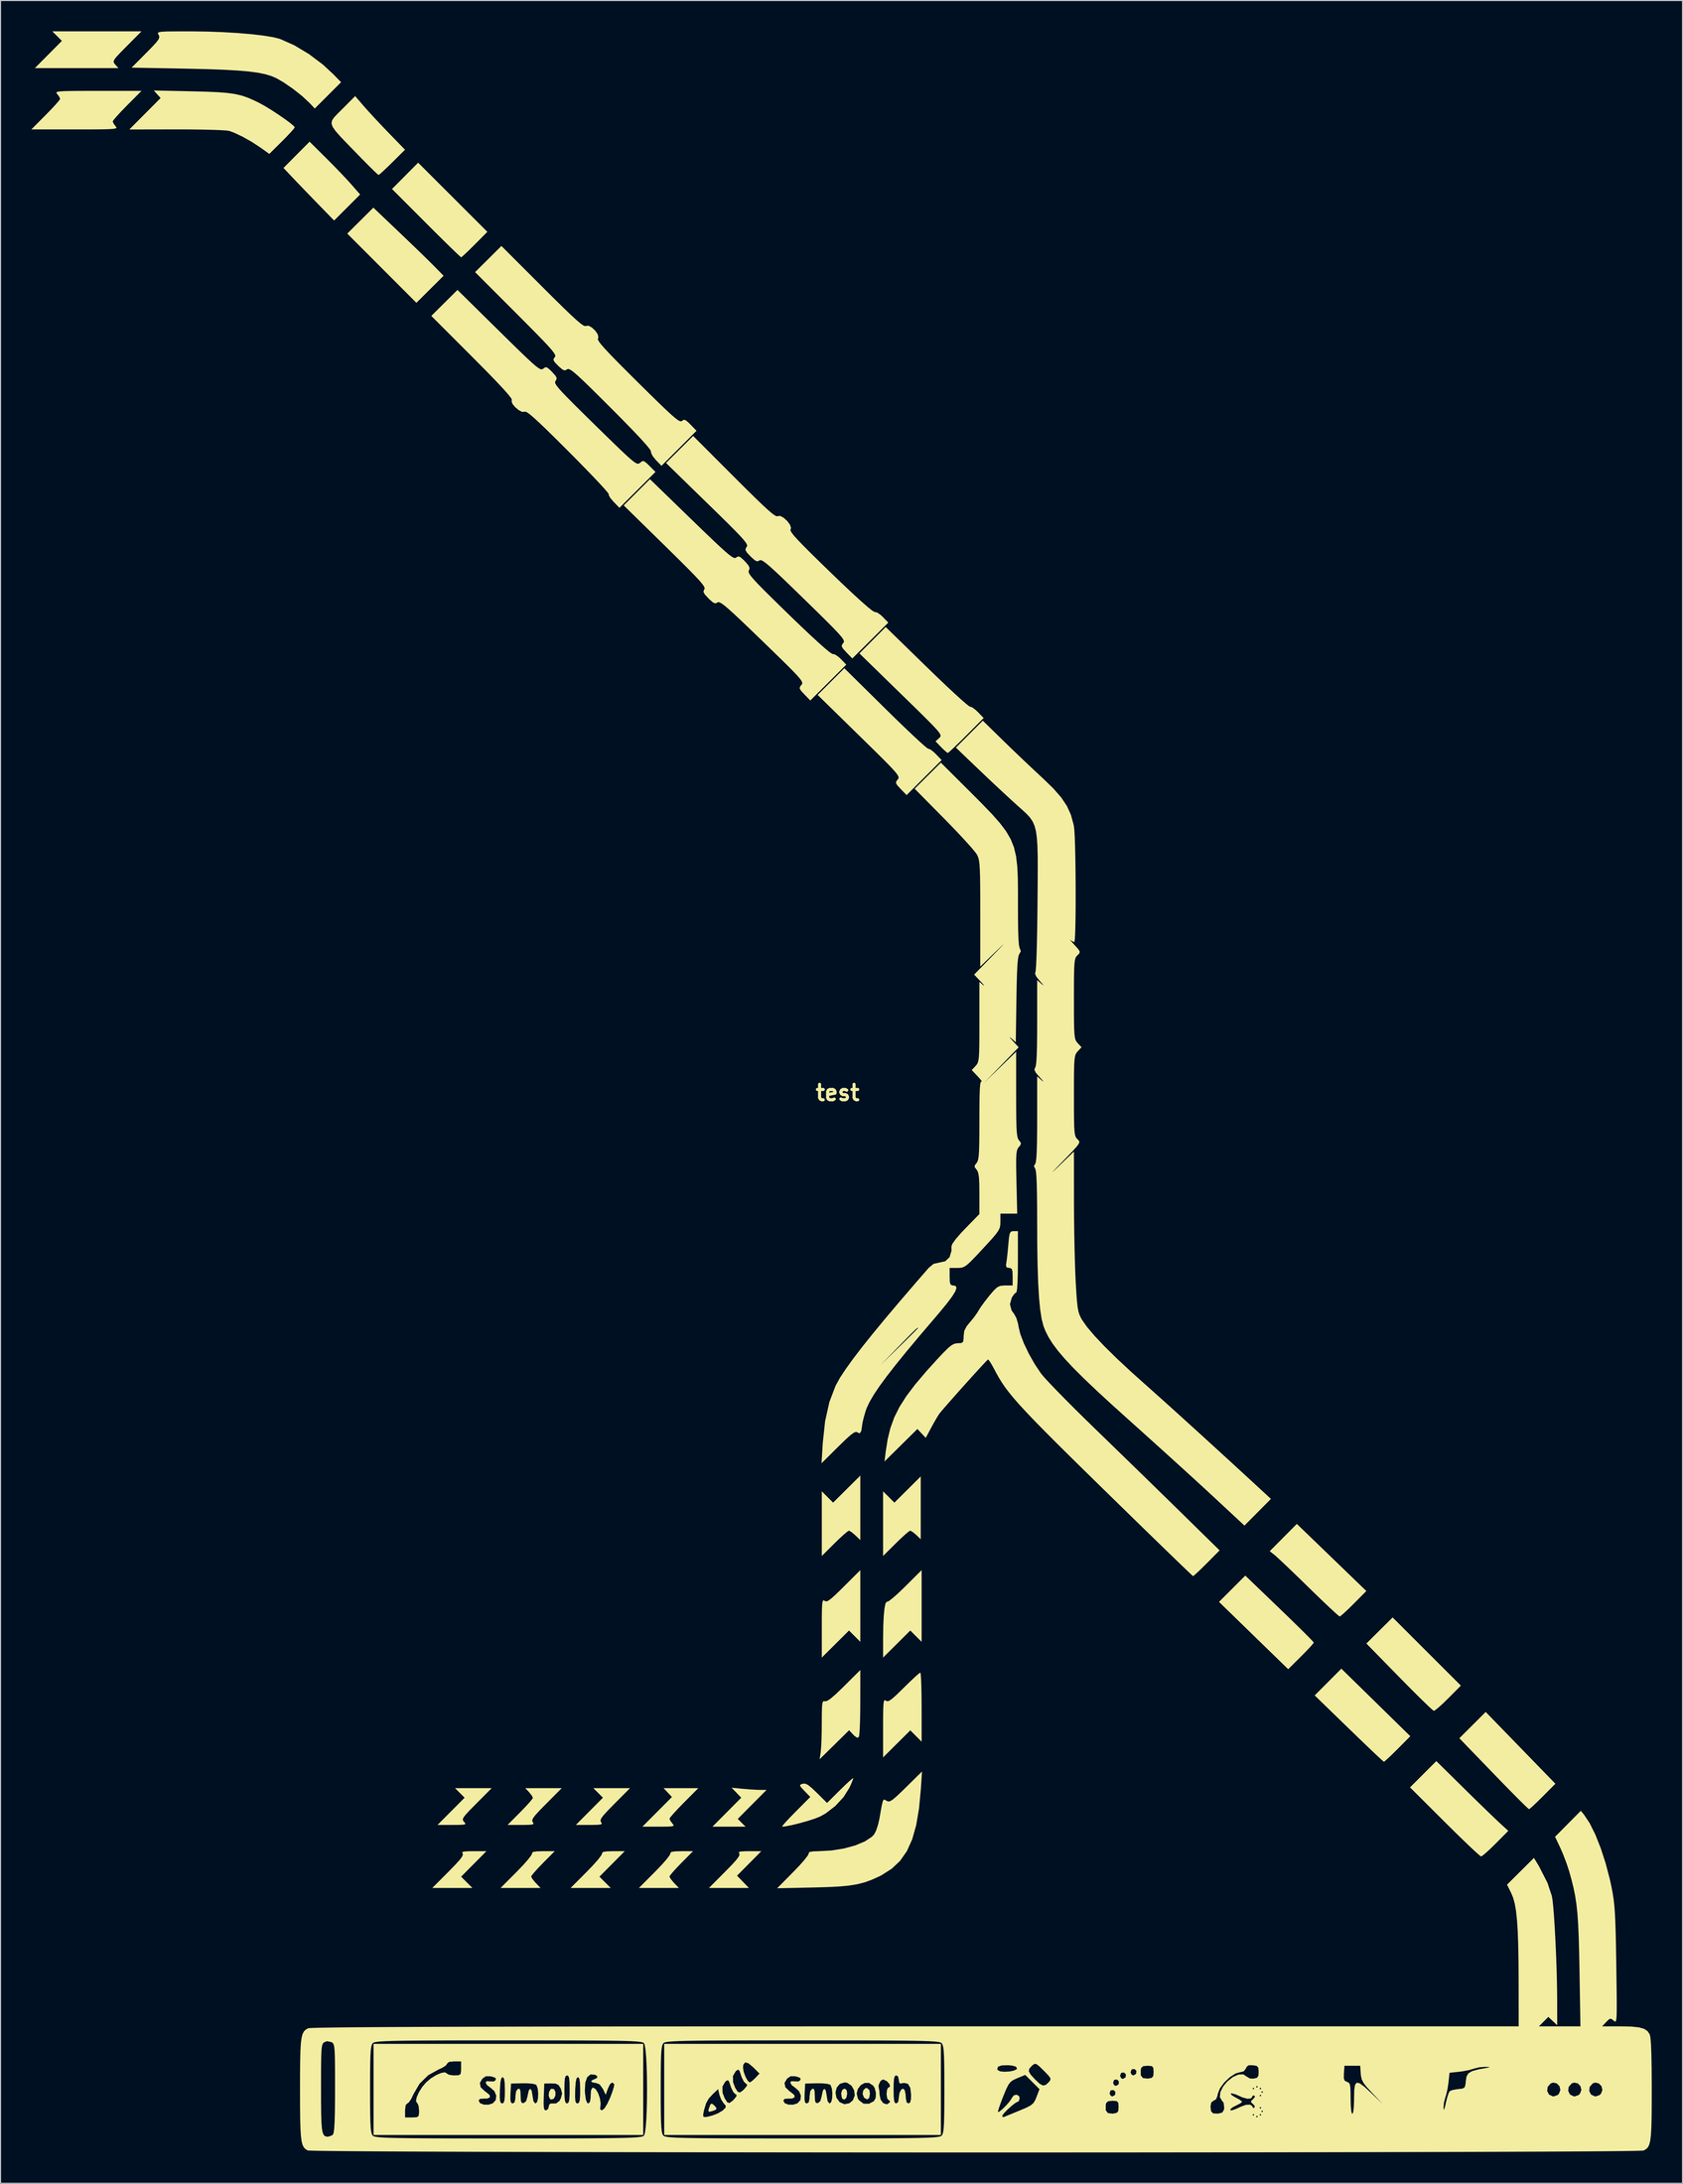
<source format=kicad_pcb>
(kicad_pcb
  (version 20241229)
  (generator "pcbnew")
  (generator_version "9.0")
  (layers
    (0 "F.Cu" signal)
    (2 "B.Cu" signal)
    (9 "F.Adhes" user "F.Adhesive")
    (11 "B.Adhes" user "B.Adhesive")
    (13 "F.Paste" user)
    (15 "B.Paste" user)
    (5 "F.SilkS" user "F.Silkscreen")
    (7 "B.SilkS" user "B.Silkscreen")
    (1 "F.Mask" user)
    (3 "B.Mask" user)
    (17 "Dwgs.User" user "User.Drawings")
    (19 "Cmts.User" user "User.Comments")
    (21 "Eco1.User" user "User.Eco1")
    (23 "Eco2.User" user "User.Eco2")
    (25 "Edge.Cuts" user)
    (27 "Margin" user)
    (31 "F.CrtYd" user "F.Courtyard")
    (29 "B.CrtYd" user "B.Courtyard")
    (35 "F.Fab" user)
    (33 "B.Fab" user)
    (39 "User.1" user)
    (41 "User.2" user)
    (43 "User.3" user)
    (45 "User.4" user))
  (footprint "test"
    (layer "F.Cu")
    (at 78.494 103.305)
    (property "Reference" "test" (at 0 0 0) (layer "F.SilkS") (effects (font (size 1.5 1.5) (thickness 0.3))))
    (attr board_only exclude_from_pos_files exclude_from_bom)
    (fp_poly (pts (xy 0.885 97.064) (xy 0.938 97.409) (xy 0.863 97.79) (xy 0.692 97.984) (xy 0.499 97.936) (xy 0.412 97.789) (xy 0.352 97.374) (xy 0.462 97.039) (xy 0.684 96.912)) (stroke (width 0) (type solid)) (fill yes) (layer "F.SilkS"))
    (fp_poly (pts (xy -27.603 96.968) (xy -27.463 97.251) (xy -27.474 97.612) (xy -27.635 97.908) (xy -27.886 97.982) (xy -28.01 97.91) (xy -28.126 97.608) (xy -28.085 97.229) (xy -27.913 96.958) (xy -27.865 96.933)) (stroke (width 0) (type solid)) (fill yes) (layer "F.SilkS"))
    (fp_poly (pts (xy 3.1 97.068) (xy 3.154 97.412) (xy 3.076 97.831) (xy 2.874 97.975) (xy 2.598 97.813) (xy 2.569 97.778) (xy 2.442 97.447) (xy 2.501 97.104) (xy 2.7 96.882) (xy 2.87 96.862)) (stroke (width 0) (type solid)) (fill yes) (layer "F.SilkS"))
    (fp_poly (pts (xy -12.017 98.545) (xy -11.982 98.58) (xy -11.786 98.818) (xy -11.841 98.967) (xy -12.187 99.105) (xy -12.248 99.124) (xy -12.532 99.178) (xy -12.574 99.028) (xy -12.525 98.847) (xy -12.384 98.465) (xy -12.24 98.377)) (stroke (width 0) (type solid)) (fill yes) (layer "F.SilkS"))
    (fp_poly (pts (xy -42.67 -83.743) (xy -41.834 -82.945) (xy -41.019 -82.161) (xy -40.281 -81.445) (xy -39.677 -80.853) (xy -39.262 -80.438) (xy -39.251 -80.428) (xy -38.357 -79.515) (xy -39.68 -78.199) (xy -41.003 -76.884) (xy -44.369 -80.253) (xy -47.734 -83.621) (xy -46.464 -84.883) (xy -45.194 -86.145)) (stroke (width 0) (type solid)) (fill yes) (layer "F.SilkS"))
    (fp_poly (pts (xy -9.223 67.741) (xy -8.534 67.799) (xy -7.884 67.837) (xy -7.522 67.847) (xy -6.912 67.847) (xy -8.315 69.258) (xy -9.718 70.668) (xy -9.339 71.047) (xy -8.959 71.427) (xy -10.57 71.427) (xy -12.181 71.427) (xy -10.778 70.017) (xy -9.376 68.607) (xy -9.844 68.121) (xy -10.313 67.636)) (stroke (width 0) (type solid)) (fill yes) (layer "F.SilkS"))
    (fp_poly (pts (xy -69.204 -101.862) (xy -69.808 -101.251) (xy -70.203 -100.831) (xy -70.418 -100.551) (xy -70.487 -100.362) (xy -70.44 -100.213) (xy -70.325 -100.072) (xy -70.01 -99.725) (xy -74.081 -99.725) (xy -78.152 -99.725) (xy -76.835 -101.05) (xy -75.518 -102.375) (xy -75.983 -102.84) (xy -76.448 -103.305) (xy -72.109 -103.305) (xy -67.769 -103.305)) (stroke (width 0) (type solid)) (fill yes) (layer "F.SilkS"))
    (fp_poly (pts (xy -21.952 75.053) (xy -23.183 76.293) (xy -22.633 76.843) (xy -22.082 77.393) (xy -24.036 77.393) (xy -25.99 77.393) (xy -24.395 75.792) (xy -23.786 75.159) (xy -23.312 74.621) (xy -23.009 74.225) (xy -22.913 74.013) (xy -22.917 74.002) (xy -22.856 73.893) (xy -22.495 73.831) (xy -21.877 73.813) (xy -20.721 73.813)) (stroke (width 0) (type solid)) (fill yes) (layer "F.SilkS"))
    (fp_poly (pts (xy 57.363 54.38) (xy 60.685 57.698) (xy 59.454 58.937) (xy 58.924 59.453) (xy 58.472 59.858) (xy 58.157 60.104) (xy 58.049 60.153) (xy 57.888 60.03) (xy 57.523 59.693) (xy 56.986 59.176) (xy 56.31 58.51) (xy 55.529 57.727) (xy 54.68 56.865) (xy 51.486 53.6) (xy 52.764 52.331) (xy 54.042 51.062)) (stroke (width 0) (type solid)) (fill yes) (layer "F.SilkS"))
    (fp_poly (pts (xy -49.811 -90.989) (xy -49.112 -90.285) (xy -48.407 -89.558) (xy -47.783 -88.896) (xy -47.35 -88.418) (xy -46.482 -87.425) (xy -47.748 -86.159) (xy -49.015 -84.892) (xy -50.634 -86.555) (xy -51.324 -87.267) (xy -52.016 -87.984) (xy -52.631 -88.624) (xy -53.089 -89.104) (xy -53.098 -89.114) (xy -53.943 -90.01) (xy -52.674 -91.288) (xy -51.404 -92.566)) (stroke (width 0) (type solid)) (fill yes) (layer "F.SilkS"))
    (fp_poly (pts (xy -37.465 -87.157) (xy -34.096 -83.792) (xy -35.327 -82.553) (xy -35.848 -82.037) (xy -36.279 -81.626) (xy -36.564 -81.371) (xy -36.648 -81.314) (xy -36.788 -81.43) (xy -37.136 -81.757) (xy -37.661 -82.264) (xy -38.331 -82.92) (xy -39.114 -83.695) (xy -39.979 -84.557) (xy -40.059 -84.637) (xy -43.379 -87.96) (xy -42.106 -89.241) (xy -40.833 -90.522)) (stroke (width 0) (type solid)) (fill yes) (layer "F.SilkS"))
    (fp_poly (pts (xy -35.419 75.053) (xy -36.65 76.293) (xy -36.1 76.843) (xy -35.55 77.393) (xy -37.503 77.393) (xy -39.457 77.393) (xy -37.881 75.811) (xy -37.219 75.132) (xy -36.781 74.647) (xy -36.541 74.32) (xy -36.471 74.115) (xy -36.512 74.021) (xy -36.55 73.913) (xy -36.37 73.848) (xy -35.925 73.818) (xy -35.453 73.813) (xy -34.188 73.813)) (stroke (width 0) (type solid)) (fill yes) (layer "F.SilkS"))
    (fp_poly (pts (xy -8.606 75.004) (xy -9.788 76.195) (xy -9.208 76.794) (xy -8.627 77.393) (xy -10.575 77.393) (xy -12.523 77.393) (xy -10.947 75.811) (xy -10.284 75.132) (xy -9.847 74.647) (xy -9.607 74.32) (xy -9.537 74.115) (xy -9.578 74.021) (xy -9.619 73.91) (xy -9.438 73.845) (xy -8.988 73.817) (xy -8.605 73.813) (xy -7.425 73.813)) (stroke (width 0) (type solid)) (fill yes) (layer "F.SilkS"))
    (fp_poly (pts (xy 2.216 40.395) (xy 2.216 43.534) (xy 1.738 43.076) (xy 1.393 42.78) (xy 1.138 42.625) (xy 1.103 42.617) (xy 0.923 42.731) (xy 0.563 43.036) (xy 0.081 43.483) (xy -0.294 43.849) (xy -1.534 45.081) (xy -1.534 41.935) (xy -1.534 38.788) (xy -0.984 39.339) (xy -0.433 39.889) (xy 0.891 38.573) (xy 2.216 37.256)) (stroke (width 0) (type solid)) (fill yes) (layer "F.SilkS"))
    (fp_poly (pts (xy 8.097 40.396) (xy 8.097 43.452) (xy 7.662 43.035) (xy 7.329 42.755) (xy 7.088 42.62) (xy 7.069 42.617) (xy 6.889 42.731) (xy 6.53 43.036) (xy 6.048 43.483) (xy 5.672 43.849) (xy 4.432 45.081) (xy 4.432 41.935) (xy 4.432 38.788) (xy 4.983 39.339) (xy 5.533 39.889) (xy 6.815 38.615) (xy 8.097 37.34)) (stroke (width 0) (type solid)) (fill yes) (layer "F.SilkS"))
    (fp_poly (pts (xy 43.032 50.195) (xy 43.911 51.042) (xy 44.702 51.814) (xy 45.376 52.478) (xy 45.899 53.003) (xy 46.24 53.357) (xy 46.368 53.509) (xy 46.368 53.51) (xy 46.254 53.669) (xy 45.947 54.011) (xy 45.499 54.479) (xy 45.12 54.861) (xy 43.873 56.1) (xy 40.505 52.825) (xy 37.137 49.549) (xy 38.417 48.27) (xy 39.697 46.99)) (stroke (width 0) (type solid)) (fill yes) (layer "F.SilkS"))
    (fp_poly (pts (xy 52.405 59.335) (xy 55.761 62.622) (xy 54.521 63.871) (xy 53.998 64.388) (xy 53.565 64.799) (xy 53.278 65.053) (xy 53.191 65.111) (xy 53.05 64.995) (xy 52.697 64.671) (xy 52.165 64.171) (xy 51.487 63.524) (xy 50.694 62.763) (xy 49.819 61.917) (xy 49.777 61.877) (xy 46.453 58.651) (xy 47.751 57.35) (xy 49.049 56.048)) (stroke (width 0) (type solid)) (fill yes) (layer "F.SilkS"))
    (fp_poly (pts (xy 66.495 63.754) (xy 69.887 67.248) (xy 68.658 68.485) (xy 68.135 69.001) (xy 67.699 69.412) (xy 67.407 69.666) (xy 67.317 69.722) (xy 67.174 69.604) (xy 66.826 69.271) (xy 66.305 68.755) (xy 65.64 68.085) (xy 64.864 67.294) (xy 64.008 66.412) (xy 63.871 66.27) (xy 60.537 62.818) (xy 61.82 61.54) (xy 63.102 60.261)) (stroke (width 0) (type solid)) (fill yes) (layer "F.SilkS"))
    (fp_poly (pts (xy -35.164 69.173) (xy -35.782 69.799) (xy -36.188 70.233) (xy -36.414 70.524) (xy -36.49 70.716) (xy -36.45 70.859) (xy -36.36 70.963) (xy -36.239 71.105) (xy -36.26 71.192) (xy -36.475 71.237) (xy -36.937 71.254) (xy -37.505 71.256) (xy -38.944 71.256) (xy -37.627 69.931) (xy -36.31 68.606) (xy -36.775 68.141) (xy -37.24 67.677) (xy -35.457 67.677) (xy -33.675 67.677)) (stroke (width 0) (type solid)) (fill yes) (layer "F.SilkS"))
    (fp_poly (pts (xy -21.725 69.201) (xy -22.357 69.846) (xy -22.773 70.3) (xy -23.005 70.609) (xy -23.084 70.816) (xy -23.042 70.964) (xy -23.022 70.991) (xy -22.946 71.123) (xy -23.026 71.203) (xy -23.318 71.243) (xy -23.877 71.256) (xy -24.139 71.256) (xy -25.477 71.256) (xy -24.16 69.931) (xy -22.843 68.606) (xy -23.308 68.141) (xy -23.773 67.677) (xy -21.99 67.677) (xy -20.208 67.677)) (stroke (width 0) (type solid)) (fill yes) (layer "F.SilkS"))
    (fp_poly (pts (xy 8.183 49.948) (xy 8.183 53.436) (xy 7.632 52.885) (xy 7.082 52.335) (xy 5.757 53.652) (xy 4.432 54.969) (xy 4.434 53.097) (xy 4.451 51.902) (xy 4.497 50.917) (xy 4.57 50.175) (xy 4.666 49.705) (xy 4.782 49.538) (xy 4.814 49.547) (xy 4.989 49.471) (xy 5.352 49.192) (xy 5.853 48.752) (xy 6.443 48.191) (xy 6.581 48.054) (xy 8.183 46.46)) (stroke (width 0) (type solid)) (fill yes) (layer "F.SilkS"))
    (fp_poly (pts (xy -14.962 69.086) (xy -15.514 69.653) (xy -15.964 70.139) (xy -16.263 70.49) (xy -16.365 70.65) (xy -16.261 70.883) (xy -16.083 71.115) (xy -15.969 71.26) (xy -15.982 71.351) (xy -16.172 71.401) (xy -16.593 71.422) (xy -17.296 71.427) (xy -17.4 71.427) (xy -19 71.427) (xy -17.563 69.983) (xy -16.126 68.538) (xy -16.531 68.107) (xy -16.936 67.677) (xy -15.248 67.677) (xy -13.56 67.677)) (stroke (width 0) (type solid)) (fill yes) (layer "F.SilkS"))
    (fp_poly (pts (xy -28.686 74.968) (xy -29.181 75.483) (xy -29.568 75.915) (xy -29.795 76.203) (xy -29.832 76.28) (xy -29.724 76.494) (xy -29.455 76.828) (xy -29.374 76.915) (xy -28.916 77.393) (xy -30.862 77.393) (xy -32.809 77.393) (xy -31.214 75.792) (xy -30.605 75.159) (xy -30.131 74.621) (xy -29.828 74.225) (xy -29.732 74.013) (xy -29.736 74.002) (xy -29.675 73.893) (xy -29.314 73.831) (xy -28.696 73.813) (xy -27.54 73.813)) (stroke (width 0) (type solid)) (fill yes) (layer "F.SilkS"))
    (fp_poly (pts (xy -15.219 74.968) (xy -15.714 75.483) (xy -16.101 75.915) (xy -16.328 76.203) (xy -16.365 76.28) (xy -16.257 76.494) (xy -15.988 76.828) (xy -15.907 76.915) (xy -15.449 77.393) (xy -17.395 77.393) (xy -19.342 77.393) (xy -17.747 75.792) (xy -17.138 75.159) (xy -16.664 74.621) (xy -16.36 74.225) (xy -16.265 74.013) (xy -16.269 74.002) (xy -16.208 73.893) (xy -15.847 73.831) (xy -15.229 73.813) (xy -14.073 73.813)) (stroke (width 0) (type solid)) (fill yes) (layer "F.SilkS"))
    (fp_poly (pts (xy 2.216 49.948) (xy 2.216 53.436) (xy 1.666 52.885) (xy 1.115 52.335) (xy -0.21 53.652) (xy -1.534 54.969) (xy -1.534 52.096) (xy -1.532 51.046) (xy -1.521 50.294) (xy -1.497 49.797) (xy -1.457 49.513) (xy -1.396 49.4) (xy -1.309 49.414) (xy -1.268 49.445) (xy -1.13 49.505) (xy -0.941 49.455) (xy -0.66 49.261) (xy -0.245 48.893) (xy 0.347 48.32) (xy 0.607 48.062) (xy 2.216 46.46)) (stroke (width 0) (type solid)) (fill yes) (layer "F.SilkS"))
    (fp_poly (pts (xy 48.099 45.225) (xy 51.482 48.491) (xy 50.25 49.731) (xy 49.724 50.248) (xy 49.283 50.659) (xy 48.982 50.914) (xy 48.887 50.97) (xy 48.733 50.856) (xy 48.372 50.535) (xy 47.839 50.041) (xy 47.171 49.406) (xy 46.402 48.665) (xy 45.89 48.166) (xy 45.051 47.348) (xy 44.267 46.592) (xy 43.58 45.936) (xy 43.031 45.42) (xy 42.662 45.082) (xy 42.551 44.988) (xy 42.077 44.615) (xy 43.396 43.288) (xy 44.716 41.96)) (stroke (width 0) (type solid)) (fill yes) (layer "F.SilkS"))
    (fp_poly (pts (xy 60.983 67.692) (xy 61.824 68.519) (xy 62.636 69.312) (xy 63.37 70.024) (xy 63.976 70.607) (xy 64.403 71.011) (xy 64.486 71.088) (xy 65.301 71.834) (xy 64.064 73.079) (xy 63.532 73.599) (xy 63.078 74.012) (xy 62.761 74.267) (xy 62.652 74.324) (xy 62.49 74.207) (xy 62.121 73.88) (xy 61.576 73.372) (xy 60.889 72.714) (xy 60.092 71.937) (xy 59.217 71.072) (xy 59.107 70.962) (xy 55.736 67.602) (xy 57.016 66.322) (xy 58.295 65.043)) (stroke (width 0) (type solid)) (fill yes) (layer "F.SilkS"))
    (fp_poly (pts (xy -28.373 69.201) (xy -29.006 69.846) (xy -29.422 70.3) (xy -29.653 70.609) (xy -29.732 70.816) (xy -29.691 70.964) (xy -29.67 70.991) (xy -29.594 71.123) (xy -29.675 71.203) (xy -29.967 71.243) (xy -30.526 71.256) (xy -30.787 71.256) (xy -32.125 71.256) (xy -30.893 70.016) (xy -30.379 69.484) (xy -29.97 69.034) (xy -29.718 68.724) (xy -29.662 68.621) (xy -29.768 68.399) (xy -30.026 68.078) (xy -30.032 68.071) (xy -30.403 67.677) (xy -28.63 67.677) (xy -26.856 67.677)) (stroke (width 0) (type solid)) (fill yes) (layer "F.SilkS"))
    (fp_poly (pts (xy -46.12 -96.02) (xy -45.661 -95.504) (xy -45.044 -94.834) (xy -44.352 -94.097) (xy -43.693 -93.41) (xy -42.112 -91.784) (xy -43.349 -90.555) (xy -43.875 -90.042) (xy -44.311 -89.634) (xy -44.602 -89.382) (xy -44.689 -89.326) (xy -44.836 -89.443) (xy -45.177 -89.766) (xy -45.674 -90.257) (xy -46.286 -90.875) (xy -46.86 -91.465) (xy -47.742 -92.374) (xy -48.41 -93.072) (xy -48.878 -93.604) (xy -49.159 -94.011) (xy -49.267 -94.339) (xy -49.217 -94.629) (xy -49.022 -94.925) (xy -48.696 -95.271) (xy -48.253 -95.709) (xy -48.229 -95.733) (xy -46.967 -97.003)) (stroke (width 0) (type solid)) (fill yes) (layer "F.SilkS"))
    (fp_poly (pts (xy 2.213 59.327) (xy 2.206 60.339) (xy 2.185 61.24) (xy 2.155 61.972) (xy 2.116 62.476) (xy 2.074 62.692) (xy 1.914 62.775) (xy 1.653 62.598) (xy 1.531 62.474) (xy 1.125 62.041) (xy -0.311 63.453) (xy -1.746 64.864) (xy -1.642 64.182) (xy -1.602 63.747) (xy -1.568 63.064) (xy -1.545 62.226) (xy -1.536 61.326) (xy -1.536 61.308) (xy -1.532 60.409) (xy -1.515 59.8) (xy -1.48 59.43) (xy -1.419 59.25) (xy -1.324 59.207) (xy -1.246 59.227) (xy -1.041 59.2) (xy -0.706 58.987) (xy -0.212 58.567) (xy 0.469 57.916) (xy 0.629 57.757) (xy 2.216 56.177)) (stroke (width 0) (type solid)) (fill yes) (layer "F.SilkS"))
    (fp_poly (pts (xy 8.096 56.587) (xy 8.13 57.039) (xy 8.156 57.728) (xy 8.175 58.605) (xy 8.182 59.617) (xy 8.183 59.789) (xy 8.183 63.153) (xy 7.632 62.602) (xy 7.082 62.051) (xy 5.757 63.368) (xy 4.432 64.685) (xy 4.432 61.813) (xy 4.435 60.763) (xy 4.446 60.01) (xy 4.469 59.514) (xy 4.509 59.23) (xy 4.571 59.117) (xy 4.657 59.131) (xy 4.698 59.161) (xy 4.841 59.225) (xy 5.033 59.173) (xy 5.318 58.973) (xy 5.743 58.593) (xy 6.35 58.002) (xy 6.449 57.904) (xy 7.028 57.337) (xy 7.522 56.871) (xy 7.881 56.551) (xy 8.055 56.426) (xy 8.058 56.426)) (stroke (width 0) (type solid)) (fill yes) (layer "F.SilkS"))
    (fp_poly (pts (xy 4.678 -37.354) (xy 5.642 -36.409) (xy 6.532 -35.55) (xy 7.318 -34.804) (xy 7.97 -34.199) (xy 8.46 -33.761) (xy 8.759 -33.519) (xy 8.837 -33.48) (xy 9.028 -33.421) (xy 9.354 -33.171) (xy 9.557 -32.975) (xy 10.133 -32.381) (xy 8.428 -30.676) (xy 6.723 -28.972) (xy 6.145 -29.569) (xy 5.807 -29.935) (xy 5.682 -30.162) (xy 5.739 -30.346) (xy 5.857 -30.487) (xy 5.927 -30.584) (xy 5.947 -30.697) (xy 5.893 -30.852) (xy 5.744 -31.075) (xy 5.477 -31.391) (xy 5.069 -31.828) (xy 4.497 -32.409) (xy 3.739 -33.162) (xy 2.773 -34.111) (xy 2.106 -34.764) (xy -1.936 -38.719) (xy -0.637 -40.018) (xy 0.662 -41.317)) (stroke (width 0) (type solid)) (fill yes) (layer "F.SilkS"))
    (fp_poly (pts (xy -69.172 -96.099) (xy -69.724 -95.532) (xy -70.173 -95.046) (xy -70.473 -94.695) (xy -70.574 -94.535) (xy -70.471 -94.302) (xy -70.292 -94.07) (xy -70.218 -93.974) (xy -70.215 -93.9) (xy -70.321 -93.845) (xy -70.571 -93.807) (xy -71.003 -93.782) (xy -71.653 -93.767) (xy -72.557 -93.76) (xy -73.753 -93.758) (xy -74.252 -93.758) (xy -78.494 -93.758) (xy -77.091 -95.168) (xy -76.54 -95.735) (xy -76.09 -96.221) (xy -75.79 -96.572) (xy -75.689 -96.732) (xy -75.792 -96.965) (xy -75.971 -97.197) (xy -76.045 -97.293) (xy -76.048 -97.367) (xy -75.942 -97.422) (xy -75.692 -97.46) (xy -75.26 -97.486) (xy -74.61 -97.5) (xy -73.706 -97.507) (xy -72.51 -97.509) (xy -72.011 -97.509) (xy -67.769 -97.509)) (stroke (width 0) (type solid)) (fill yes) (layer "F.SilkS"))
    (fp_poly (pts (xy 1.467 66.917) (xy 1.296 67.329) (xy 1.156 67.636) (xy 0.58 68.553) (xy -0.229 69.423) (xy -1.168 70.144) (xy -1.708 70.443) (xy -2.229 70.649) (xy -2.934 70.875) (xy -3.716 71.094) (xy -4.47 71.278) (xy -5.089 71.397) (xy -5.401 71.427) (xy -5.341 71.315) (xy -5.079 71.01) (xy -4.657 70.557) (xy -4.117 70.004) (xy -4.094 69.981) (xy -2.655 68.534) (xy -3.22 67.952) (xy -3.551 67.599) (xy -3.664 67.411) (xy -3.578 67.311) (xy -3.407 67.249) (xy -3.169 67.232) (xy -2.891 67.356) (xy -2.508 67.663) (xy -2.025 68.123) (xy -1.022 69.116) (xy 0.256 67.846) (xy 0.777 67.34) (xy 1.195 66.954) (xy 1.462 66.733) (xy 1.534 66.702)) (stroke (width 0) (type solid)) (fill yes) (layer "F.SilkS"))
    (fp_poly (pts (xy 8.694 -41.425) (xy 9.662 -40.488) (xy 10.558 -39.635) (xy 11.351 -38.895) (xy 12.011 -38.294) (xy 12.509 -37.861) (xy 12.813 -37.621) (xy 12.892 -37.583) (xy 13.114 -37.508) (xy 13.46 -37.246) (xy 13.653 -37.061) (xy 14.222 -36.474) (xy 12.527 -34.773) (xy 11.911 -34.161) (xy 11.381 -33.647) (xy 10.982 -33.274) (xy 10.761 -33.086) (xy 10.734 -33.071) (xy 10.567 -33.183) (xy 10.258 -33.466) (xy 10.087 -33.638) (xy 9.538 -34.204) (xy 9.893 -34.525) (xy 9.985 -34.617) (xy 10.033 -34.715) (xy 10.015 -34.845) (xy 9.908 -35.035) (xy 9.69 -35.308) (xy 9.338 -35.691) (xy 8.832 -36.209) (xy 8.147 -36.89) (xy 7.262 -37.757) (xy 6.189 -38.803) (xy 2.131 -42.76) (xy 3.409 -44.045) (xy 4.688 -45.33)) (stroke (width 0) (type solid)) (fill yes) (layer "F.SilkS"))
    (fp_poly (pts (xy -62.818 -97.466) (xy -61.41 -97.429) (xy -60.283 -97.379) (xy -59.377 -97.305) (xy -58.631 -97.197) (xy -57.986 -97.044) (xy -57.382 -96.835) (xy -56.758 -96.56) (xy -56.255 -96.312) (xy -55.726 -96.018) (xy -55.102 -95.636) (xy -54.45 -95.21) (xy -53.833 -94.784) (xy -53.317 -94.404) (xy -52.966 -94.114) (xy -52.846 -93.963) (xy -52.959 -93.796) (xy -53.266 -93.449) (xy -53.715 -92.977) (xy -54.084 -92.605) (xy -55.323 -91.375) (xy -56.172 -91.984) (xy -57.027 -92.545) (xy -57.93 -93.053) (xy -58.767 -93.447) (xy -59.237 -93.616) (xy -59.541 -93.656) (xy -60.135 -93.692) (xy -60.969 -93.721) (xy -61.991 -93.743) (xy -63.152 -93.757) (xy -64.351 -93.76) (xy -68.953 -93.753) (xy -67.43 -95.283) (xy -65.907 -96.814) (xy -66.238 -97.18) (xy -66.568 -97.547)) (stroke (width 0) (type solid)) (fill yes) (layer "F.SilkS"))
    (fp_poly (pts (xy -62.947 -103.303) (xy -61.392 -103.282) (xy -59.852 -103.226) (xy -58.382 -103.138) (xy -57.035 -103.023) (xy -55.867 -102.886) (xy -54.93 -102.731) (xy -54.28 -102.564) (xy -54.278 -102.563) (xy -52.89 -101.947) (xy -51.462 -101.09) (xy -50.097 -100.06) (xy -49.1 -99.137) (xy -48.337 -98.355) (xy -49.617 -97.075) (xy -50.898 -95.794) (xy -51.403 -96.328) (xy -52.119 -96.998) (xy -53.005 -97.701) (xy -53.925 -98.334) (xy -54.637 -98.746) (xy -55.121 -98.954) (xy -55.7 -99.129) (xy -56.409 -99.274) (xy -57.279 -99.392) (xy -58.347 -99.486) (xy -59.644 -99.561) (xy -61.205 -99.62) (xy -63.064 -99.666) (xy -63.644 -99.678) (xy -68.732 -99.77) (xy -67.312 -101.198) (xy -66.707 -101.814) (xy -66.315 -102.243) (xy -66.101 -102.536) (xy -66.031 -102.742) (xy -66.072 -102.91) (xy -66.104 -102.965) (xy -66.166 -103.081) (xy -66.161 -103.167) (xy -66.047 -103.227) (xy -65.782 -103.267) (xy -65.325 -103.29) (xy -64.634 -103.3) (xy -63.669 -103.303)) (stroke (width 0) (type solid)) (fill yes) (layer "F.SilkS"))
    (fp_poly (pts (xy 8.117 67.677) (xy 7.935 69.627) (xy 7.656 71.277) (xy 7.266 72.66) (xy 6.748 73.807) (xy 6.089 74.75) (xy 5.272 75.52) (xy 4.283 76.149) (xy 4.027 76.278) (xy 3.325 76.595) (xy 2.651 76.84) (xy 1.943 77.023) (xy 1.137 77.156) (xy 0.173 77.247) (xy -1.011 77.307) (xy -2.387 77.346) (xy -5.881 77.42) (xy -4.283 75.805) (xy -3.675 75.169) (xy -3.2 74.629) (xy -2.896 74.229) (xy -2.797 74.014) (xy -2.802 74.002) (xy -2.741 73.889) (xy -2.375 73.828) (xy -1.857 73.813) (xy -0.593 73.744) (xy 0.624 73.55) (xy 1.729 73.249) (xy 2.656 72.863) (xy 3.34 72.411) (xy 3.556 72.186) (xy 3.754 71.804) (xy 3.947 71.217) (xy 4.082 70.619) (xy 4.226 69.788) (xy 4.329 69.242) (xy 4.412 68.929) (xy 4.494 68.8) (xy 4.597 68.803) (xy 4.74 68.889) (xy 4.775 68.911) (xy 4.936 68.976) (xy 5.122 68.946) (xy 5.379 68.787) (xy 5.755 68.466) (xy 6.297 67.951) (xy 6.667 67.589) (xy 8.222 66.057)) (stroke (width 0) (type solid)) (fill yes) (layer "F.SilkS"))
    (fp_poly (pts (xy -28.734 -78.426) (xy -27.61 -77.307) (xy -26.7 -76.413) (xy -25.983 -75.724) (xy -25.435 -75.22) (xy -25.034 -74.88) (xy -24.758 -74.684) (xy -24.584 -74.613) (xy -24.503 -74.632) (xy -24.243 -74.657) (xy -23.907 -74.469) (xy -23.578 -74.155) (xy -23.343 -73.804) (xy -23.286 -73.502) (xy -23.325 -73.422) (xy -23.337 -73.314) (xy -23.237 -73.118) (xy -23.007 -72.815) (xy -22.625 -72.381) (xy -22.073 -71.794) (xy -21.33 -71.033) (xy -20.376 -70.076) (xy -19.458 -69.164) (xy -18.345 -68.065) (xy -17.448 -67.187) (xy -16.742 -66.509) (xy -16.201 -66.008) (xy -15.802 -65.663) (xy -15.519 -65.453) (xy -15.328 -65.356) (xy -15.205 -65.35) (xy -15.148 -65.387) (xy -14.969 -65.505) (xy -14.767 -65.445) (xy -14.456 -65.173) (xy -14.317 -65.032) (xy -13.733 -64.429) (xy -15.438 -62.725) (xy -17.143 -61.02) (xy -17.697 -61.592) (xy -18.013 -61.985) (xy -18.163 -62.311) (xy -18.159 -62.406) (xy -18.252 -62.599) (xy -18.586 -63.016) (xy -19.151 -63.646) (xy -19.939 -64.482) (xy -20.942 -65.512) (xy -22.063 -66.641) (xy -23.163 -67.737) (xy -24.049 -68.612) (xy -24.746 -69.287) (xy -25.279 -69.784) (xy -25.674 -70.127) (xy -25.954 -70.335) (xy -26.146 -70.433) (xy -26.273 -70.44) (xy -26.333 -70.407) (xy -26.534 -70.302) (xy -26.759 -70.373) (xy -27.097 -70.656) (xy -27.198 -70.753) (xy -27.544 -71.111) (xy -27.666 -71.334) (xy -27.599 -71.51) (xy -27.53 -71.586) (xy -27.479 -71.677) (xy -27.497 -71.809) (xy -27.607 -72.007) (xy -27.83 -72.297) (xy -28.188 -72.703) (xy -28.704 -73.251) (xy -29.4 -73.966) (xy -30.297 -74.872) (xy -31.28 -75.858) (xy -35.29 -79.871) (xy -34.009 -81.144) (xy -32.727 -82.417)) (stroke (width 0) (type solid)) (fill yes) (layer "F.SilkS"))
    (fp_poly (pts (xy -32.98 -74.171) (xy -31.882 -73.09) (xy -31 -72.229) (xy -30.306 -71.563) (xy -29.777 -71.072) (xy -29.386 -70.733) (xy -29.106 -70.524) (xy -28.913 -70.422) (xy -28.779 -70.406) (xy -28.68 -70.453) (xy -28.658 -70.472) (xy -28.457 -70.612) (xy -28.265 -70.583) (xy -27.986 -70.35) (xy -27.791 -70.153) (xy -27.457 -69.781) (xy -27.341 -69.544) (xy -27.408 -69.346) (xy -27.46 -69.278) (xy -27.506 -69.181) (xy -27.484 -69.046) (xy -27.372 -68.847) (xy -27.147 -68.56) (xy -26.788 -68.161) (xy -26.271 -67.623) (xy -25.575 -66.922) (xy -24.677 -66.033) (xy -23.628 -65.004) (xy -22.525 -63.925) (xy -21.638 -63.063) (xy -20.942 -62.396) (xy -20.41 -61.902) (xy -20.016 -61.559) (xy -19.734 -61.346) (xy -19.537 -61.24) (xy -19.4 -61.219) (xy -19.295 -61.26) (xy -19.233 -61.311) (xy -19.023 -61.471) (xy -18.836 -61.467) (xy -18.577 -61.268) (xy -18.318 -61.015) (xy -17.729 -60.426) (xy -19.482 -58.678) (xy -21.236 -56.931) (xy -21.815 -57.528) (xy -22.126 -57.895) (xy -22.277 -58.168) (xy -22.271 -58.248) (xy -22.358 -58.393) (xy -22.66 -58.749) (xy -23.151 -59.287) (xy -23.804 -59.978) (xy -24.591 -60.794) (xy -25.486 -61.706) (xy -26.195 -62.419) (xy -27.337 -63.558) (xy -28.264 -64.469) (xy -28.997 -65.173) (xy -29.557 -65.688) (xy -29.966 -66.035) (xy -30.244 -66.231) (xy -30.412 -66.295) (xy -30.47 -66.279) (xy -30.711 -66.265) (xy -31.047 -66.442) (xy -31.389 -66.73) (xy -31.651 -67.05) (xy -31.743 -67.32) (xy -31.704 -67.407) (xy -31.756 -67.567) (xy -32.035 -67.933) (xy -32.544 -68.51) (xy -33.289 -69.304) (xy -34.274 -70.318) (xy -35.505 -71.559) (xy -35.541 -71.595) (xy -39.552 -75.609) (xy -38.279 -76.873) (xy -37.006 -78.138)) (stroke (width 0) (type solid)) (fill yes) (layer "F.SilkS"))
    (fp_poly (pts (xy -10.064 -59.926) (xy -8.934 -58.8) (xy -8.019 -57.901) (xy -7.297 -57.207) (xy -6.746 -56.7) (xy -6.344 -56.36) (xy -6.07 -56.168) (xy -5.901 -56.103) (xy -5.837 -56.121) (xy -5.579 -56.143) (xy -5.235 -55.953) (xy -4.89 -55.637) (xy -4.627 -55.279) (xy -4.529 -54.963) (xy -4.573 -54.842) (xy -4.588 -54.737) (xy -4.499 -54.553) (xy -4.283 -54.268) (xy -3.921 -53.86) (xy -3.391 -53.307) (xy -2.673 -52.586) (xy -1.747 -51.675) (xy -0.697 -50.655) (xy 0.451 -49.552) (xy 1.448 -48.613) (xy 2.279 -47.852) (xy 2.926 -47.286) (xy 3.371 -46.929) (xy 3.597 -46.796) (xy 3.612 -46.797) (xy 3.861 -46.739) (xy 4.22 -46.486) (xy 4.392 -46.324) (xy 4.939 -45.76) (xy 3.188 -44.015) (xy 1.437 -42.27) (xy 0.859 -42.866) (xy 0.522 -43.235) (xy 0.4 -43.464) (xy 0.459 -43.651) (xy 0.553 -43.764) (xy 0.614 -43.859) (xy 0.618 -43.978) (xy 0.543 -44.148) (xy 0.366 -44.393) (xy 0.064 -44.739) (xy -0.384 -45.211) (xy -1.002 -45.835) (xy -1.813 -46.636) (xy -2.838 -47.64) (xy -3.256 -48.048) (xy -4.379 -49.141) (xy -5.287 -50.015) (xy -6.002 -50.69) (xy -6.549 -51.188) (xy -6.954 -51.53) (xy -7.241 -51.738) (xy -7.434 -51.833) (xy -7.558 -51.836) (xy -7.599 -51.812) (xy -7.794 -51.718) (xy -8.024 -51.802) (xy -8.369 -52.102) (xy -8.478 -52.209) (xy -8.833 -52.587) (xy -8.969 -52.828) (xy -8.923 -53.021) (xy -8.851 -53.117) (xy -8.803 -53.215) (xy -8.82 -53.347) (xy -8.926 -53.54) (xy -9.141 -53.818) (xy -9.491 -54.207) (xy -9.996 -54.731) (xy -10.679 -55.416) (xy -11.564 -56.287) (xy -12.655 -57.353) (xy -16.702 -61.296) (xy -15.38 -62.61) (xy -14.059 -63.924)) (stroke (width 0) (type solid)) (fill yes) (layer "F.SilkS"))
    (fp_poly (pts (xy -14.205 -55.783) (xy -13.091 -54.705) (xy -12.193 -53.845) (xy -11.487 -53.181) (xy -10.948 -52.692) (xy -10.549 -52.356) (xy -10.266 -52.151) (xy -10.074 -52.056) (xy -9.946 -52.048) (xy -9.877 -52.088) (xy -9.686 -52.204) (xy -9.48 -52.145) (xy -9.169 -51.874) (xy -9.028 -51.731) (xy -8.684 -51.34) (xy -8.563 -51.076) (xy -8.626 -50.846) (xy -8.639 -50.824) (xy -8.667 -50.716) (xy -8.619 -50.56) (xy -8.473 -50.333) (xy -8.206 -50.01) (xy -7.796 -49.565) (xy -7.219 -48.975) (xy -6.455 -48.215) (xy -5.48 -47.259) (xy -4.77 -46.567) (xy -3.641 -45.478) (xy -2.654 -44.545) (xy -1.827 -43.785) (xy -1.18 -43.214) (xy -0.73 -42.849) (xy -0.497 -42.707) (xy -0.477 -42.707) (xy -0.23 -42.648) (xy 0.129 -42.395) (xy 0.301 -42.232) (xy 0.847 -41.669) (xy -0.904 -39.924) (xy -2.654 -38.179) (xy -3.232 -38.775) (xy -3.57 -39.141) (xy -3.694 -39.368) (xy -3.636 -39.553) (xy -3.521 -39.69) (xy -3.452 -39.786) (xy -3.435 -39.899) (xy -3.491 -40.055) (xy -3.643 -40.278) (xy -3.915 -40.596) (xy -4.328 -41.033) (xy -4.905 -41.614) (xy -5.67 -42.366) (xy -6.644 -43.313) (xy -7.328 -43.976) (xy -8.455 -45.064) (xy -9.364 -45.933) (xy -10.081 -46.605) (xy -10.63 -47.1) (xy -11.036 -47.441) (xy -11.324 -47.648) (xy -11.518 -47.744) (xy -11.644 -47.748) (xy -11.689 -47.722) (xy -11.884 -47.626) (xy -12.111 -47.708) (xy -12.454 -48.004) (xy -12.569 -48.118) (xy -12.926 -48.504) (xy -13.058 -48.754) (xy -13.003 -48.949) (xy -12.967 -48.996) (xy -12.935 -49.096) (xy -12.987 -49.252) (xy -13.144 -49.488) (xy -13.429 -49.828) (xy -13.863 -50.297) (xy -14.468 -50.919) (xy -15.267 -51.718) (xy -16.28 -52.718) (xy -16.785 -53.213) (xy -20.82 -57.167) (xy -19.543 -58.444) (xy -18.266 -59.721)) (stroke (width 0) (type solid)) (fill yes) (layer "F.SilkS"))
    (fp_poly (pts (xy 17.558 16.45) (xy 17.549 17.557) (xy 17.523 18.438) (xy 17.481 19.059) (xy 17.426 19.388) (xy 17.392 19.434) (xy 17.21 19.57) (xy 16.984 19.904) (xy 16.957 19.953) (xy 16.784 20.58) (xy 16.942 21.181) (xy 17.215 21.564) (xy 17.413 21.934) (xy 17.573 22.48) (xy 17.62 22.758) (xy 17.796 23.489) (xy 18.144 24.397) (xy 18.621 25.392) (xy 19.183 26.387) (xy 19.789 27.293) (xy 19.84 27.36) (xy 20.14 27.716) (xy 20.654 28.272) (xy 21.347 28.995) (xy 22.187 29.851) (xy 23.138 30.805) (xy 24.169 31.823) (xy 25.178 32.805) (xy 26.43 34.019) (xy 27.795 35.345) (xy 29.205 36.716) (xy 30.595 38.071) (xy 31.899 39.344) (xy 33.051 40.471) (xy 33.471 40.882) (xy 37.195 44.537) (xy 35.947 45.793) (xy 35.422 46.313) (xy 34.988 46.725) (xy 34.699 46.981) (xy 34.61 47.04) (xy 34.476 46.922) (xy 34.119 46.585) (xy 33.557 46.047) (xy 32.812 45.329) (xy 31.902 44.448) (xy 30.848 43.425) (xy 29.669 42.278) (xy 28.386 41.027) (xy 27.017 39.69) (xy 26.034 38.73) (xy 24.261 36.993) (xy 22.715 35.472) (xy 21.378 34.148) (xy 20.232 32.999) (xy 19.257 32.006) (xy 18.436 31.148) (xy 17.75 30.406) (xy 17.181 29.759) (xy 16.71 29.187) (xy 16.318 28.67) (xy 15.988 28.187) (xy 15.7 27.719) (xy 15.436 27.245) (xy 15.324 27.032) (xy 15.034 26.498) (xy 14.797 26.115) (xy 14.659 25.955) (xy 14.649 25.955) (xy 14.504 26.092) (xy 14.176 26.439) (xy 13.706 26.949) (xy 13.137 27.574) (xy 12.509 28.269) (xy 11.866 28.987) (xy 11.249 29.682) (xy 10.7 30.305) (xy 10.26 30.812) (xy 9.972 31.155) (xy 9.893 31.256) (xy 9.677 31.6) (xy 9.375 32.122) (xy 9.111 32.604) (xy 8.585 33.585) (xy 8.179 33.153) (xy 7.773 32.72) (xy 6.172 34.302) (xy 4.571 35.884) (xy 4.687 34.946) (xy 4.876 33.731) (xy 5.144 32.63) (xy 5.52 31.594) (xy 6.03 30.574) (xy 6.7 29.521) (xy 7.558 28.386) (xy 8.632 27.119) (xy 9.608 26.039) (xy 10.25 25.353) (xy 10.719 24.883) (xy 11.066 24.592) (xy 11.341 24.438) (xy 11.594 24.381) (xy 11.707 24.377) (xy 12.07 24.355) (xy 12.231 24.221) (xy 12.273 23.879) (xy 12.274 23.696) (xy 12.335 23.181) (xy 12.564 22.728) (xy 12.867 22.357) (xy 13.27 21.872) (xy 13.606 21.398) (xy 13.708 21.224) (xy 13.939 20.856) (xy 14.314 20.338) (xy 14.753 19.779) (xy 14.776 19.751) (xy 15.213 19.239) (xy 15.53 18.941) (xy 15.817 18.798) (xy 16.161 18.755) (xy 16.322 18.753) (xy 17.047 18.752) (xy 17.047 17.899) (xy 17.03 17.39) (xy 16.955 17.135) (xy 16.787 17.052) (xy 16.692 17.047) (xy 16.446 16.99) (xy 16.4 16.753) (xy 16.427 16.578) (xy 16.484 16.18) (xy 16.553 15.567) (xy 16.619 14.865) (xy 16.625 14.788) (xy 16.687 14.124) (xy 16.755 13.731) (xy 16.855 13.537) (xy 17.017 13.472) (xy 17.147 13.467) (xy 17.558 13.467)) (stroke (width 0) (type solid)) (fill yes) (layer "F.SilkS"))
    (fp_poly (pts (xy 16.148 -34.252) (xy 17.02 -33.408) (xy 17.995 -32.476) (xy 18.966 -31.558) (xy 19.826 -30.756) (xy 19.993 -30.603) (xy 21.01 -29.616) (xy 21.776 -28.74) (xy 22.331 -27.909) (xy 22.716 -27.059) (xy 22.974 -26.128) (xy 23.013 -25.931) (xy 23.055 -25.544) (xy 23.092 -24.9) (xy 23.122 -24.049) (xy 23.146 -23.037) (xy 23.165 -21.914) (xy 23.176 -20.727) (xy 23.181 -19.524) (xy 23.18 -18.355) (xy 23.171 -17.266) (xy 23.155 -16.307) (xy 23.132 -15.525) (xy 23.102 -14.969) (xy 23.064 -14.686) (xy 23.048 -14.66) (xy 22.817 -14.76) (xy 22.664 -14.873) (xy 22.631 -14.881) (xy 22.796 -14.684) (xy 23.061 -14.393) (xy 23.422 -13.993) (xy 23.578 -13.753) (xy 23.554 -13.586) (xy 23.377 -13.402) (xy 23.359 -13.386) (xy 23.248 -13.269) (xy 23.164 -13.116) (xy 23.103 -12.882) (xy 23.061 -12.523) (xy 23.035 -11.995) (xy 23.02 -11.252) (xy 23.014 -10.252) (xy 23.013 -9.147) (xy 23.015 -7.89) (xy 23.021 -6.928) (xy 23.036 -6.217) (xy 23.064 -5.71) (xy 23.109 -5.364) (xy 23.174 -5.132) (xy 23.264 -4.969) (xy 23.382 -4.829) (xy 23.384 -4.827) (xy 23.755 -4.432) (xy 23.384 -4.038) (xy 23.265 -3.899) (xy 23.175 -3.736) (xy 23.11 -3.506) (xy 23.065 -3.162) (xy 23.036 -2.659) (xy 23.021 -1.952) (xy 23.015 -0.995) (xy 23.013 0.257) (xy 23.013 0.283) (xy 23.015 1.542) (xy 23.022 2.504) (xy 23.037 3.214) (xy 23.065 3.717) (xy 23.11 4.056) (xy 23.174 4.276) (xy 23.262 4.422) (xy 23.361 4.524) (xy 23.489 4.652) (xy 23.54 4.783) (xy 23.484 4.959) (xy 23.294 5.222) (xy 22.94 5.618) (xy 22.394 6.187) (xy 21.955 6.638) (xy 21.372 7.238) (xy 21.028 7.599) (xy 20.92 7.724) (xy 21.046 7.615) (xy 21.403 7.275) (xy 21.607 7.078) (xy 23.013 5.719) (xy 23.017 10.573) (xy 23.024 12.024) (xy 23.043 13.54) (xy 23.071 15.038) (xy 23.107 16.431) (xy 23.149 17.634) (xy 23.183 18.374) (xy 23.247 19.459) (xy 23.306 20.264) (xy 23.37 20.852) (xy 23.451 21.282) (xy 23.557 21.616) (xy 23.699 21.915) (xy 23.802 22.097) (xy 24.283 22.785) (xy 25.02 23.654) (xy 25.997 24.687) (xy 27.194 25.864) (xy 28.593 27.167) (xy 29.743 28.197) (xy 30.731 29.076) (xy 31.93 30.15) (xy 33.297 31.384) (xy 34.793 32.741) (xy 36.378 34.185) (xy 38.012 35.678) (xy 39.654 37.186) (xy 41.142 38.557) (xy 42.191 39.526) (xy 40.903 40.824) (xy 39.615 42.122) (xy 36.556 39.279) (xy 35.701 38.489) (xy 34.645 37.521) (xy 33.44 36.424) (xy 32.141 35.245) (xy 30.799 34.033) (xy 29.47 32.836) (xy 28.383 31.862) (xy 26.687 30.333) (xy 25.235 28.996) (xy 24.007 27.829) (xy 22.984 26.81) (xy 22.145 25.916) (xy 21.469 25.126) (xy 20.937 24.415) (xy 20.529 23.764) (xy 20.223 23.149) (xy 20.04 22.672) (xy 19.87 22.006) (xy 19.729 21.104) (xy 19.616 19.949) (xy 19.532 18.523) (xy 19.474 16.807) (xy 19.442 14.784) (xy 19.434 12.862) (xy 19.43 11.245) (xy 19.417 9.944) (xy 19.395 8.937) (xy 19.363 8.198) (xy 19.32 7.703) (xy 19.264 7.429) (xy 19.229 7.364) (xy 19.112 7.132) (xy 19.229 6.955) (xy 19.299 6.772) (xy 19.353 6.364) (xy 19.393 5.705) (xy 19.418 4.771) (xy 19.431 3.537) (xy 19.434 2.578) (xy 19.434 -1.594) (xy 19.902 -1.183) (xy 20.046 -1.075) (xy 19.971 -1.188) (xy 19.698 -1.494) (xy 19.317 -1.935) (xy 19.166 -2.217) (xy 19.212 -2.403) (xy 19.229 -2.42) (xy 19.299 -2.603) (xy 19.353 -3.01) (xy 19.393 -3.666) (xy 19.418 -4.597) (xy 19.431 -5.827) (xy 19.434 -6.797) (xy 19.434 -10.969) (xy 19.902 -10.559) (xy 20.052 -10.446) (xy 19.98 -10.556) (xy 19.731 -10.835) (xy 19.356 -11.296) (xy 19.225 -11.603) (xy 19.253 -11.685) (xy 19.293 -11.892) (xy 19.332 -12.409) (xy 19.368 -13.207) (xy 19.401 -14.256) (xy 19.429 -15.525) (xy 19.451 -16.984) (xy 19.467 -18.496) (xy 19.481 -20.303) (xy 19.49 -21.805) (xy 19.485 -23.037) (xy 19.458 -24.035) (xy 19.403 -24.835) (xy 19.313 -25.472) (xy 19.179 -25.981) (xy 18.995 -26.4) (xy 18.753 -26.762) (xy 18.446 -27.104) (xy 18.066 -27.462) (xy 17.606 -27.871) (xy 17.514 -27.953) (xy 16.908 -28.502) (xy 16.133 -29.218) (xy 15.265 -30.028) (xy 14.381 -30.862) (xy 13.815 -31.4) (xy 11.521 -33.594) (xy 12.831 -34.904) (xy 14.141 -36.214)) (stroke (width 0) (type solid)) (fill yes) (layer "F.SilkS"))
    (fp_poly (pts (xy 12.879 -29.318) (xy 14.073 -28.121) (xy 15.045 -27.11) (xy 15.819 -26.234) (xy 16.416 -25.44) (xy 16.86 -24.676) (xy 17.173 -23.89) (xy 17.377 -23.031) (xy 17.496 -22.045) (xy 17.551 -20.882) (xy 17.565 -19.489) (xy 17.564 -18.518) (xy 17.566 -17.015) (xy 17.582 -15.836) (xy 17.613 -14.965) (xy 17.66 -14.386) (xy 17.723 -14.083) (xy 17.746 -14.043) (xy 17.846 -13.776) (xy 17.707 -13.526) (xy 17.628 -13.353) (xy 17.565 -13.02) (xy 17.514 -12.492) (xy 17.475 -11.735) (xy 17.443 -10.713) (xy 17.418 -9.393) (xy 17.413 -9.081) (xy 17.353 -4.917) (xy 16.901 -5.312) (xy 16.753 -5.424) (xy 16.825 -5.311) (xy 17.041 -5.067) (xy 17.631 -4.426) (xy 15.933 -2.682) (xy 14.234 -0.938) (xy 15.811 -2.468) (xy 17.388 -3.999) (xy 17.388 0.161) (xy 17.39 1.481) (xy 17.399 2.502) (xy 17.418 3.266) (xy 17.448 3.815) (xy 17.493 4.191) (xy 17.555 4.436) (xy 17.637 4.592) (xy 17.67 4.632) (xy 17.855 4.886) (xy 17.802 5.096) (xy 17.649 5.279) (xy 17.54 5.428) (xy 17.464 5.634) (xy 17.415 5.947) (xy 17.391 6.419) (xy 17.388 7.102) (xy 17.404 8.045) (xy 17.418 8.688) (xy 17.49 11.762) (xy 16.672 11.762) (xy 15.854 11.762) (xy 15.854 12.55) (xy 15.844 12.865) (xy 15.791 13.136) (xy 15.659 13.417) (xy 15.415 13.761) (xy 15.021 14.221) (xy 14.445 14.853) (xy 14.13 15.192) (xy 13.461 15.909) (xy 12.972 16.412) (xy 12.614 16.74) (xy 12.336 16.929) (xy 12.089 17.019) (xy 11.821 17.045) (xy 11.658 17.047) (xy 10.91 17.047) (xy 10.91 17.899) (xy 10.928 18.411) (xy 11.004 18.666) (xy 11.172 18.748) (xy 11.251 18.752) (xy 11.502 18.808) (xy 11.578 18.993) (xy 11.465 19.326) (xy 11.153 19.829) (xy 10.63 20.524) (xy 9.883 21.43) (xy 9.504 21.875) (xy 8.012 23.624) (xy 6.74 25.146) (xy 5.671 26.462) (xy 4.79 27.592) (xy 4.082 28.557) (xy 3.532 29.377) (xy 3.124 30.074) (xy 2.843 30.667) (xy 2.723 31.001) (xy 2.549 31.606) (xy 2.427 32.115) (xy 2.387 32.393) (xy 2.328 32.823) (xy 2.281 32.976) (xy 2.143 33.155) (xy 1.93 33.046) (xy 1.789 33.001) (xy 1.577 33.083) (xy 1.255 33.322) (xy 0.782 33.748) (xy 0.12 34.392) (xy 0.063 34.448) (xy -1.559 36.054) (xy -1.441 34.094) (xy -1.21 31.951) (xy -0.794 30.091) (xy -0.192 28.512) (xy 0.243 27.723) (xy 0.803 26.878) (xy 1.069 26.508) (xy 4.177 26.508) (xy 6.009 24.721) (xy 6.647 24.096) (xy 7.189 23.56) (xy 7.591 23.156) (xy 7.812 22.925) (xy 7.842 22.889) (xy 7.818 22.86) (xy 7.726 22.917) (xy 7.531 23.092) (xy 7.2 23.416) (xy 6.701 23.921) (xy 6 24.638) (xy 5.963 24.676) (xy 4.177 26.508) (xy 1.069 26.508) (xy 1.508 25.899) (xy 2.372 24.769) (xy 3.409 23.472) (xy 4.631 21.99) (xy 6.053 20.307) (xy 7.688 18.405) (xy 8.877 17.038) (xy 9.35 16.647) (xy 9.857 16.536) (xy 10.484 16.397) (xy 10.904 16.002) (xy 11.093 15.383) (xy 11.087 14.942) (xy 11.192 14.675) (xy 11.522 14.221) (xy 12.046 13.62) (xy 12.431 13.215) (xy 13.808 11.804) (xy 13.808 9.794) (xy 13.799 8.886) (xy 13.768 8.257) (xy 13.705 7.842) (xy 13.605 7.58) (xy 13.526 7.471) (xy 13.337 7.212) (xy 13.397 7) (xy 13.526 6.848) (xy 13.618 6.708) (xy 13.688 6.492) (xy 13.739 6.154) (xy 13.774 5.651) (xy 13.795 4.941) (xy 13.805 3.978) (xy 13.808 2.72) (xy 13.808 2.661) (xy 13.812 1.373) (xy 13.824 0.393) (xy 13.847 -0.312) (xy 13.883 -0.774) (xy 13.932 -1.026) (xy 13.998 -1.1) (xy 14.021 -1.093) (xy 14.04 -1.131) (xy 13.861 -1.358) (xy 13.649 -1.592) (xy 13.063 -2.212) (xy 13.436 -2.609) (xy 13.555 -2.749) (xy 13.646 -2.911) (xy 13.712 -3.142) (xy 13.757 -3.486) (xy 13.785 -3.988) (xy 13.801 -4.696) (xy 13.807 -5.654) (xy 13.808 -6.899) (xy 13.808 -10.792) (xy 14.192 -10.475) (xy 14.297 -10.409) (xy 14.187 -10.555) (xy 13.936 -10.829) (xy 13.297 -11.501) (xy 15.044 -13.293) (xy 15.649 -13.916) (xy 16.018 -14.3) (xy 16.155 -14.452) (xy 16.064 -14.375) (xy 15.748 -14.074) (xy 15.342 -13.683) (xy 13.893 -12.281) (xy 13.893 -17.434) (xy 13.892 -18.91) (xy 13.886 -20.084) (xy 13.874 -20.998) (xy 13.852 -21.691) (xy 13.82 -22.204) (xy 13.774 -22.576) (xy 13.713 -22.848) (xy 13.634 -23.059) (xy 13.571 -23.184) (xy 13.361 -23.473) (xy 12.948 -23.96) (xy 12.369 -24.602) (xy 11.663 -25.358) (xy 10.869 -26.185) (xy 10.378 -26.686) (xy 7.507 -29.591) (xy 8.783 -30.859) (xy 10.06 -32.127)) (stroke (width 0) (type solid)) (fill yes) (layer "F.SilkS"))
    (fp_poly (pts (xy -18.922 96.997) (xy -18.922 101.43) (xy -32.048 101.43) (xy -45.174 101.43) (xy -45.174 99.043) (xy -42.106 99.043) (xy -42.106 99.725) (xy -41.424 99.725) (xy -40.988 99.708) (xy -40.794 99.594) (xy -40.744 99.286) (xy -40.742 99.057) (xy -40.787 98.617) (xy -40.899 98.35) (xy -40.937 98.324) (xy -41.044 98.135) (xy -41.036 98.092) (xy -34.946 98.092) (xy -34.801 98.34) (xy -34.441 98.478) (xy -33.982 98.484) (xy -33.746 98.41) (xy -28.618 98.41) (xy -28.592 98.81) (xy -28.514 98.999) (xy -28.39 99.043) (xy -28.174 98.9) (xy -28.128 98.695) (xy -28.042 98.427) (xy -27.914 98.374) (xy -27.398 98.36) (xy -27.073 98.117) (xy -26.94 97.862) (xy -26.82 97.401) (xy -26.918 96.997) (xy -26.593 96.997) (xy -26.581 97.697) (xy -26.538 98.117) (xy -26.451 98.318) (xy -26.338 98.361) (xy -26.206 98.297) (xy -26.128 98.064) (xy -26.102 97.749) (xy -25.555 97.749) (xy -25.524 98.141) (xy -25.441 98.323) (xy -25.322 98.361) (xy -25.184 98.3) (xy -25.103 98.073) (xy -25.066 97.617) (xy -25.06 97.131) (xy -24.603 97.131) (xy -24.588 97.381) (xy -24.502 98.004) (xy -24.371 98.314) (xy -24.271 98.361) (xy -24.111 98.231) (xy -24.041 97.818) (xy -24.036 97.594) (xy -24.002 97.087) (xy -23.887 96.857) (xy -23.783 96.827) (xy -23.543 96.978) (xy -23.315 97.357) (xy -23.142 97.851) (xy -23.068 98.351) (xy -23.086 98.586) (xy -23.115 98.926) (xy -22.99 99.023) (xy -22.897 99.012) (xy -22.682 98.827) (xy -22.408 98.38) (xy -22.134 97.787) (xy -21.914 97.201) (xy -21.774 96.735) (xy -21.742 96.48) (xy -21.747 96.466) (xy -21.951 96.32) (xy -22.17 96.51) (xy -22.357 96.917) (xy -22.574 97.519) (xy -22.838 96.96) (xy -23.164 96.508) (xy -23.489 96.381) (xy -23.875 96.313) (xy -23.995 96.19) (xy -23.818 96.06) (xy -23.73 96.033) (xy -23.409 95.879) (xy -23.403 95.698) (xy -23.61 95.572) (xy -24.052 95.538) (xy -24.374 95.804) (xy -24.563 96.343) (xy -24.603 97.131) (xy -25.06 97.131) (xy -25.059 97.083) (xy -25.077 96.379) (xy -25.137 95.97) (xy -25.246 95.81) (xy -25.282 95.804) (xy -25.41 95.921) (xy -25.493 96.297) (xy -25.541 96.97) (xy -25.545 97.083) (xy -25.555 97.749) (xy -26.102 97.749) (xy -26.09 97.601) (xy -26.082 96.997) (xy -26.094 96.298) (xy -26.138 95.878) (xy -26.224 95.677) (xy -26.338 95.634) (xy -26.469 95.698) (xy -26.548 95.931) (xy -26.585 96.393) (xy -26.593 96.997) (xy -26.918 96.997) (xy -26.925 96.969) (xy -26.965 96.882) (xy -27.171 96.563) (xy -27.461 96.432) (xy -27.875 96.414) (xy -28.554 96.428) (xy -28.603 97.735) (xy -28.618 98.41) (xy -33.746 98.41) (xy -33.571 98.355) (xy -33.279 98.037) (xy -33.247 97.749) (xy -32.885 97.749) (xy -32.854 98.141) (xy -32.771 98.323) (xy -32.653 98.361) (xy -32.514 98.3) (xy -32.433 98.073) (xy -32.424 97.958) (xy -31.856 97.958) (xy -31.806 98.255) (xy -31.677 98.358) (xy -31.631 98.361) (xy -31.447 98.255) (xy -31.372 97.898) (xy -31.366 97.697) (xy -31.298 97.168) (xy -31.111 96.936) (xy -30.951 96.941) (xy -30.874 97.163) (xy -30.855 97.612) (xy -30.834 98.09) (xy -30.749 98.304) (xy -30.569 98.331) (xy -30.557 98.329) (xy -30.318 98.138) (xy -30.181 97.653) (xy -30.173 97.592) (xy -30.063 97.098) (xy -29.922 96.934) (xy -29.788 97.098) (xy -29.699 97.585) (xy -29.695 97.637) (xy -29.606 98.154) (xy -29.435 98.357) (xy -29.396 98.361) (xy -29.249 98.213) (xy -29.164 97.845) (xy -29.145 97.375) (xy -29.193 96.919) (xy -29.31 96.593) (xy -29.363 96.535) (xy -29.636 96.454) (xy -30.135 96.406) (xy -30.685 96.4) (xy -31.793 96.429) (xy -31.844 97.395) (xy -31.856 97.958) (xy -32.424 97.958) (xy -32.396 97.617) (xy -32.389 97.083) (xy -32.407 96.379) (xy -32.467 95.97) (xy -32.576 95.81) (xy -32.612 95.804) (xy -32.74 95.921) (xy -32.824 96.297) (xy -32.871 96.97) (xy -32.875 97.083) (xy -32.885 97.749) (xy -33.247 97.749) (xy -33.23 97.604) (xy -33.412 97.166) (xy -33.752 96.862) (xy -34.121 96.584) (xy -34.264 96.341) (xy -34.17 96.197) (xy -33.849 96.212) (xy -33.494 96.228) (xy -33.32 96.134) (xy -33.253 95.954) (xy -33.383 95.836) (xy -33.779 95.718) (xy -33.781 95.718) (xy -34.24 95.716) (xy -34.578 95.947) (xy -34.828 96.371) (xy -34.743 96.791) (xy -34.328 97.186) (xy -34.243 97.239) (xy -33.882 97.533) (xy -33.839 97.765) (xy -34.104 97.889) (xy -34.411 97.892) (xy -34.819 97.918) (xy -34.946 98.092) (xy -41.036 98.092) (xy -40.973 97.758) (xy -40.759 97.273) (xy -40.435 96.758) (xy -40.06 96.315) (xy -39.59 95.92) (xy -39.074 95.602) (xy -38.593 95.394) (xy -38.224 95.332) (xy -38.051 95.439) (xy -37.856 95.563) (xy -37.451 95.63) (xy -37.319 95.634) (xy -36.891 95.617) (xy -36.701 95.5) (xy -36.653 95.185) (xy -36.651 94.952) (xy -36.651 94.27) (xy -37.333 94.27) (xy -37.828 94.321) (xy -38.013 94.478) (xy -38.015 94.502) (xy -38.161 94.692) (xy -38.534 94.919) (xy -38.808 95.038) (xy -39.852 95.613) (xy -40.698 96.444) (xy -41.272 97.432) (xy -41.514 97.929) (xy -41.744 98.267) (xy -41.882 98.361) (xy -42.046 98.522) (xy -42.106 99) (xy -42.106 99.043) (xy -45.174 99.043) (xy -45.174 96.997) (xy -45.174 92.565) (xy -32.048 92.565) (xy -18.922 92.565)) (stroke (width 0) (type solid)) (fill yes) (layer "F.SilkS"))
    (fp_poly (pts (xy 10.058 96.997) (xy 10.058 101.43) (xy -3.409 101.43) (xy -16.877 101.43) (xy -16.877 99.517) (xy -13.092 99.517) (xy -13.031 99.678) (xy -12.784 99.684) (xy -12.284 99.563) (xy -12.189 99.537) (xy -11.651 99.331) (xy -11.2 99.063) (xy -11.138 99.011) (xy -10.893 98.755) (xy -10.892 98.573) (xy -11.079 98.363) (xy -11.338 97.973) (xy -11.506 97.51) (xy -11.626 96.966) (xy -12.137 97.45) (xy -12.54 97.888) (xy -12.8 98.35) (xy -12.989 98.978) (xy -13.033 99.171) (xy -13.092 99.517) (xy -16.877 99.517) (xy -16.877 96.997) (xy -16.877 96.717) (xy -11.209 96.717) (xy -11.195 97.323) (xy -10.991 97.858) (xy -10.752 98.242) (xy -10.53 98.325) (xy -10.235 98.117) (xy -10.21 98.092) (xy -5.285 98.092) (xy -5.139 98.34) (xy -4.779 98.478) (xy -4.32 98.484) (xy -3.91 98.355) (xy -3.617 98.037) (xy -3.608 97.958) (xy -3.217 97.958) (xy -3.167 98.255) (xy -3.038 98.358) (xy -2.992 98.361) (xy -2.808 98.255) (xy -2.733 97.898) (xy -2.728 97.697) (xy -2.659 97.168) (xy -2.472 96.936) (xy -2.312 96.941) (xy -2.235 97.163) (xy -2.216 97.612) (xy -2.195 98.09) (xy -2.11 98.304) (xy -1.93 98.331) (xy -1.918 98.329) (xy -1.679 98.138) (xy -1.542 97.653) (xy -1.534 97.592) (xy -1.424 97.098) (xy -1.283 96.934) (xy -1.149 97.098) (xy -1.06 97.585) (xy -1.056 97.637) (xy -0.967 98.154) (xy -0.796 98.357) (xy -0.757 98.361) (xy -0.61 98.213) (xy -0.525 97.845) (xy -0.506 97.375) (xy -0.514 97.294) (xy -0.2 97.294) (xy -0.112 97.802) (xy 0.204 98.237) (xy 0.672 98.441) (xy 1.159 98.34) (xy 1.492 98.056) (xy 1.676 97.586) (xy 1.652 97.398) (xy 1.864 97.398) (xy 1.972 97.873) (xy 2.088 98.053) (xy 2.532 98.385) (xy 3.054 98.396) (xy 3.537 98.143) (xy 3.711 97.823) (xy 3.736 97.349) (xy 3.619 96.872) (xy 3.468 96.627) (xy 3.412 96.591) (xy 3.995 96.591) (xy 4.002 96.793) (xy 4.069 97.131) (xy 4.091 97.51) (xy 4.191 97.985) (xy 4.439 98.326) (xy 4.759 98.444) (xy 4.863 98.421) (xy 5.086 98.253) (xy 5.114 98.172) (xy 4.984 98.024) (xy 4.944 98.02) (xy 4.831 97.87) (xy 4.775 97.502) (xy 4.773 97.423) (xy 4.816 97.029) (xy 4.833 96.997) (xy 5.455 96.997) (xy 5.467 97.697) (xy 5.511 98.117) (xy 5.597 98.318) (xy 5.711 98.361) (xy 5.903 98.227) (xy 5.966 97.803) (xy 5.966 97.785) (xy 6.029 97.346) (xy 6.179 97.035) (xy 6.364 96.916) (xy 6.527 97.055) (xy 6.543 97.092) (xy 6.622 97.463) (xy 6.648 97.864) (xy 6.726 98.259) (xy 6.904 98.361) (xy 7.067 98.268) (xy 7.145 97.946) (xy 7.16 97.53) (xy 7.082 96.841) (xy 6.85 96.451) (xy 6.466 96.363) (xy 6.316 96.398) (xy 6.058 96.423) (xy 5.971 96.214) (xy 5.966 96.071) (xy 5.88 95.72) (xy 5.711 95.634) (xy 5.58 95.698) (xy 5.501 95.931) (xy 5.463 96.393) (xy 5.455 96.997) (xy 4.833 96.997) (xy 4.921 96.832) (xy 4.944 96.827) (xy 5.108 96.725) (xy 5.061 96.491) (xy 4.832 96.228) (xy 4.743 96.166) (xy 4.441 96.027) (xy 4.235 96.131) (xy 4.143 96.248) (xy 3.995 96.591) (xy 3.412 96.591) (xy 3.06 96.363) (xy 2.636 96.369) (xy 2.255 96.585) (xy 1.978 96.948) (xy 1.864 97.398) (xy 1.652 97.398) (xy 1.612 97.075) (xy 1.351 96.629) (xy 0.94 96.355) (xy 0.694 96.315) (xy 0.227 96.456) (xy -0.079 96.814) (xy -0.2 97.294) (xy -0.514 97.294) (xy -0.554 96.919) (xy -0.671 96.593) (xy -0.724 96.535) (xy -0.997 96.454) (xy -1.496 96.406) (xy -2.046 96.4) (xy -3.154 96.429) (xy -3.205 97.395) (xy -3.217 97.958) (xy -3.608 97.958) (xy -3.569 97.604) (xy -3.751 97.166) (xy -4.09 96.862) (xy -4.459 96.584) (xy -4.602 96.341) (xy -4.508 96.197) (xy -4.187 96.212) (xy -3.832 96.228) (xy -3.658 96.134) (xy -3.591 95.954) (xy -3.721 95.836) (xy -4.117 95.718) (xy -4.119 95.718) (xy -4.578 95.716) (xy -4.916 95.947) (xy -5.166 96.371) (xy -5.081 96.791) (xy -4.666 97.186) (xy -4.581 97.239) (xy -4.22 97.533) (xy -4.177 97.765) (xy -4.442 97.889) (xy -4.749 97.892) (xy -5.157 97.918) (xy -5.285 98.092) (xy -10.21 98.092) (xy -10.078 97.957) (xy -9.842 97.667) (xy -9.846 97.514) (xy -9.954 97.454) (xy -10.159 97.24) (xy -10.362 96.825) (xy -10.417 96.664) (xy -10.557 96.241) (xy -10.676 96.094) (xy -10.841 96.171) (xy -10.938 96.255) (xy -11.209 96.717) (xy -16.877 96.717) (xy -16.877 95.694) (xy -10.186 95.694) (xy -10.172 96.3) (xy -9.968 96.835) (xy -9.729 97.219) (xy -9.507 97.302) (xy -9.212 97.095) (xy -9.055 96.934) (xy -8.819 96.644) (xy -8.823 96.491) (xy -8.931 96.431) (xy -9.136 96.218) (xy -9.34 95.802) (xy -9.394 95.641) (xy -9.534 95.218) (xy -9.653 95.071) (xy -9.818 95.148) (xy -9.915 95.232) (xy -10.186 95.694) (xy -16.877 95.694) (xy -16.877 94.885) (xy -9.205 94.885) (xy -9.138 95.287) (xy -8.974 95.739) (xy -8.769 96.12) (xy -8.576 96.311) (xy -8.549 96.315) (xy -8.351 96.202) (xy -8.047 95.926) (xy -8.007 95.884) (xy -7.602 95.453) (xy -8.215 94.84) (xy -8.683 94.451) (xy -9.004 94.367) (xy -9.175 94.588) (xy -9.205 94.885) (xy -16.877 94.885) (xy -16.877 92.565) (xy -3.409 92.565) (xy 10.058 92.565)) (stroke (width 0) (type solid)) (fill yes) (layer "F.SilkS"))
    (fp_poly (pts (xy 72.682 70.27) (xy 73.225 71.086) (xy 73.77 72.182) (xy 74.294 73.497) (xy 74.774 74.971) (xy 75.188 76.545) (xy 75.364 77.358) (xy 75.468 77.911) (xy 75.553 78.461) (xy 75.62 79.055) (xy 75.674 79.741) (xy 75.717 80.565) (xy 75.752 81.574) (xy 75.781 82.815) (xy 75.807 84.334) (xy 75.816 84.894) (xy 75.838 86.437) (xy 75.854 87.672) (xy 75.861 88.63) (xy 75.859 89.344) (xy 75.846 89.846) (xy 75.82 90.168) (xy 75.78 90.342) (xy 75.724 90.4) (xy 75.651 90.375) (xy 75.568 90.307) (xy 75.327 90.124) (xy 75.135 90.15) (xy 74.862 90.407) (xy 74.836 90.434) (xy 74.436 90.86) (xy 76.247 90.86) (xy 77.274 90.882) (xy 78.016 90.957) (xy 78.528 91.102) (xy 78.865 91.33) (xy 79.079 91.654) (xy 79.144 91.981) (xy 79.196 92.644) (xy 79.234 93.637) (xy 79.258 94.955) (xy 79.268 96.595) (xy 79.268 96.997) (xy 79.266 98.531) (xy 79.255 99.761) (xy 79.23 100.723) (xy 79.187 101.454) (xy 79.121 101.99) (xy 79.026 102.369) (xy 78.899 102.626) (xy 78.734 102.797) (xy 78.526 102.921) (xy 78.475 102.945) (xy 78.271 102.961) (xy 77.74 102.976) (xy 76.898 102.991) (xy 75.758 103.005) (xy 74.334 103.018) (xy 72.641 103.03) (xy 70.693 103.042) (xy 68.505 103.053) (xy 66.09 103.063) (xy 63.464 103.073) (xy 60.641 103.081) (xy 57.634 103.09) (xy 54.459 103.097) (xy 51.129 103.104) (xy 47.659 103.11) (xy 44.063 103.115) (xy 40.356 103.12) (xy 36.552 103.124) (xy 32.665 103.127) (xy 28.71 103.13) (xy 24.701 103.132) (xy 20.652 103.133) (xy 16.577 103.134) (xy 12.492 103.134) (xy 8.41 103.133) (xy 4.346 103.131) (xy 0.314 103.129) (xy -3.672 103.126) (xy -7.597 103.123) (xy -11.447 103.119) (xy -15.208 103.114) (xy -18.865 103.108) (xy -22.404 103.102) (xy -25.811 103.095) (xy -29.071 103.087) (xy -32.169 103.079) (xy -35.093 103.07) (xy -37.826 103.06) (xy -40.356 103.05) (xy -42.667 103.039) (xy -44.745 103.027) (xy -46.576 103.015) (xy -48.146 103.002) (xy -49.439 102.988) (xy -50.443 102.974) (xy -51.142 102.959) (xy -51.523 102.944) (xy -51.59 102.935) (xy -51.795 102.814) (xy -51.958 102.649) (xy -52.085 102.401) (xy -52.18 102.034) (xy -52.247 101.512) (xy -52.292 100.799) (xy -52.318 99.857) (xy -52.331 98.651) (xy -52.334 97.144) (xy -52.334 96.997) (xy -52.334 96.884) (xy -50.289 96.884) (xy -50.286 98.276) (xy -50.274 99.364) (xy -50.249 100.186) (xy -50.203 100.778) (xy -50.133 101.178) (xy -50.032 101.423) (xy -49.896 101.55) (xy -49.719 101.596) (xy -49.607 101.6) (xy -49.249 101.486) (xy -49.129 101.395) (xy -49.06 101.215) (xy -49.007 100.812) (xy -48.967 100.162) (xy -48.942 99.239) (xy -48.928 98.019) (xy -48.925 96.997) (xy -45.515 96.997) (xy -45.513 98.337) (xy -45.503 99.376) (xy -45.485 100.155) (xy -45.454 100.714) (xy -45.41 101.094) (xy -45.349 101.336) (xy -45.269 101.479) (xy -45.248 101.503) (xy -45.17 101.553) (xy -45.029 101.597) (xy -44.804 101.634) (xy -44.47 101.666) (xy -44.005 101.692) (xy -43.388 101.714) (xy -42.595 101.731) (xy -41.604 101.745) (xy -40.392 101.755) (xy -38.937 101.762) (xy -37.215 101.767) (xy -35.206 101.769) (xy -32.886 101.77) (xy -32.048 101.77) (xy -29.62 101.77) (xy -27.511 101.768) (xy -25.697 101.764) (xy -24.157 101.758) (xy -22.867 101.749) (xy -21.806 101.736) (xy -20.95 101.72) (xy -20.277 101.7) (xy -19.765 101.675) (xy -19.39 101.645) (xy -19.131 101.61) (xy -18.965 101.568) (xy -18.869 101.52) (xy -18.849 101.503) (xy -18.755 101.239) (xy -18.679 100.694) (xy -18.62 99.923) (xy -18.578 98.987) (xy -18.554 97.942) (xy -18.549 96.997) (xy -17.217 96.997) (xy -17.215 98.337) (xy -17.205 99.376) (xy -17.187 100.155) (xy -17.156 100.714) (xy -17.112 101.094) (xy -17.051 101.336) (xy -16.971 101.479) (xy -16.95 101.503) (xy -16.873 101.552) (xy -16.733 101.595) (xy -16.509 101.633) (xy -16.178 101.664) (xy -15.718 101.691) (xy -15.106 101.713) (xy -14.321 101.73) (xy -13.339 101.744) (xy -12.139 101.754) (xy -10.699 101.761) (xy -8.996 101.766) (xy -7.008 101.769) (xy -4.713 101.77) (xy -3.409 101.77) (xy -0.948 101.77) (xy 1.195 101.768) (xy 3.041 101.764) (xy 4.614 101.758) (xy 5.934 101.749) (xy 7.025 101.738) (xy 7.908 101.722) (xy 8.606 101.702) (xy 9.141 101.678) (xy 9.536 101.65) (xy 9.812 101.615) (xy 9.992 101.575) (xy 10.098 101.529) (xy 10.131 101.503) (xy 10.215 101.377) (xy 10.28 101.162) (xy 10.328 100.818) (xy 10.362 100.304) (xy 10.383 99.58) (xy 10.388 99.146) (xy 15.616 99.146) (xy 15.617 99.202) (xy 15.773 99.147) (xy 16.063 98.908) (xy 16.407 98.566) (xy 16.725 98.202) (xy 16.937 97.897) (xy 16.972 97.817) (xy 17.173 97.564) (xy 17.456 97.514) (xy 17.68 97.662) (xy 17.729 97.85) (xy 17.658 98.127) (xy 17.559 98.191) (xy 17.334 98.301) (xy 16.977 98.574) (xy 16.581 98.927) (xy 16.238 99.275) (xy 16.041 99.533) (xy 16.024 99.588) (xy 16.125 99.705) (xy 16.161 99.696) (xy 16.299 99.64) (xy 40.742 99.64) (xy 40.828 99.725) (xy 40.913 99.64) (xy 40.828 99.554) (xy 40.742 99.64) (xy 16.299 99.64) (xy 16.371 99.61) (xy 16.713 99.469) (xy 40.401 99.469) (xy 40.487 99.554) (xy 40.572 99.469) (xy 41.083 99.469) (xy 41.168 99.554) (xy 41.254 99.469) (xy 41.168 99.384) (xy 41.083 99.469) (xy 40.572 99.469) (xy 40.487 99.384) (xy 40.401 99.469) (xy 16.713 99.469) (xy 16.816 99.427) (xy 17.415 99.181) (xy 17.687 99.07) (xy 18.361 98.784) (xy 18.793 98.561) (xy 18.864 98.501) (xy 26.111 98.501) (xy 26.111 99.029) (xy 26.32 99.302) (xy 26.767 99.356) (xy 26.805 99.352) (xy 27.179 99.282) (xy 27.332 99.097) (xy 27.36 98.702) (xy 27.357 98.658) (xy 36.31 98.658) (xy 36.363 99.126) (xy 36.574 99.334) (xy 37.021 99.354) (xy 37.071 99.349) (xy 37.451 99.254) (xy 37.53 99.128) (xy 41.254 99.128) (xy 41.339 99.213) (xy 41.424 99.128) (xy 41.339 99.043) (xy 41.254 99.128) (xy 37.53 99.128) (xy 37.613 98.995) (xy 37.625 98.92) (xy 38.245 98.92) (xy 38.261 99.03) (xy 38.352 99.043) (xy 38.61 98.97) (xy 39.033 98.788) (xy 39.205 98.704) (xy 39.74 98.503) (xy 40.156 98.478) (xy 40.382 98.629) (xy 40.401 98.73) (xy 40.508 98.812) (xy 40.567 98.787) (xy 41.083 98.787) (xy 41.168 98.872) (xy 41.254 98.787) (xy 41.168 98.702) (xy 41.083 98.787) (xy 40.567 98.787) (xy 40.582 98.781) (xy 40.622 98.608) (xy 40.454 98.43) (xy 40.241 98.231) (xy 40.305 98.074) (xy 40.454 97.951) (xy 40.641 97.719) (xy 40.582 97.6) (xy 40.417 97.594) (xy 40.401 97.651) (xy 40.267 97.867) (xy 39.912 97.907) (xy 39.407 97.77) (xy 39.185 97.668) (xy 39.015 97.594) (xy 41.083 97.594) (xy 41.168 97.679) (xy 41.254 97.594) (xy 41.168 97.509) (xy 41.083 97.594) (xy 39.015 97.594) (xy 38.729 97.471) (xy 38.381 97.384) (xy 38.3 97.39) (xy 38.31 97.497) (xy 38.568 97.683) (xy 38.739 97.773) (xy 39.136 97.991) (xy 39.36 98.164) (xy 39.379 98.201) (xy 39.238 98.34) (xy 38.897 98.519) (xy 38.863 98.533) (xy 38.463 98.737) (xy 38.245 98.92) (xy 37.625 98.92) (xy 37.646 98.796) (xy 37.587 98.296) (xy 37.417 98.083) (xy 37.221 97.75) (xy 37.268 97.271) (xy 37.277 97.253) (xy 41.254 97.253) (xy 41.339 97.338) (xy 41.424 97.253) (xy 41.339 97.168) (xy 41.254 97.253) (xy 37.277 97.253) (xy 37.444 96.912) (xy 40.401 96.912) (xy 40.487 96.997) (xy 40.572 96.912) (xy 41.083 96.912) (xy 41.168 96.997) (xy 41.254 96.912) (xy 41.168 96.827) (xy 41.083 96.912) (xy 40.572 96.912) (xy 40.487 96.827) (xy 40.401 96.912) (xy 37.444 96.912) (xy 37.527 96.742) (xy 40.742 96.742) (xy 40.828 96.827) (xy 40.913 96.742) (xy 40.828 96.656) (xy 40.742 96.742) (xy 37.527 96.742) (xy 37.539 96.717) (xy 37.935 96.236) (xy 38.496 95.789) (xy 39.043 95.548) (xy 39.506 95.534) (xy 39.782 95.717) (xy 40.146 95.936) (xy 40.495 95.947) (xy 40.649 95.911) (xy 49.289 95.911) (xy 49.378 96.154) (xy 49.596 96.263) (xy 49.765 96.336) (xy 49.869 96.492) (xy 49.924 96.802) (xy 49.945 97.335) (xy 49.948 97.87) (xy 49.966 98.598) (xy 50.016 99.117) (xy 50.091 99.369) (xy 50.118 99.384) (xy 50.2 99.223) (xy 50.258 98.778) (xy 50.259 98.756) (xy 58.997 98.756) (xy 59.021 98.978) (xy 59.078 98.902) (xy 59.179 98.512) (xy 59.223 98.314) (xy 59.362 97.757) (xy 59.504 97.336) (xy 59.592 97.175) (xy 59.651 97.15) (xy 69.089 97.15) (xy 69.263 97.494) (xy 69.627 97.673) (xy 69.722 97.679) (xy 70.082 97.556) (xy 70.227 97.432) (xy 70.337 97.15) (xy 71.135 97.15) (xy 71.308 97.494) (xy 71.673 97.673) (xy 71.768 97.679) (xy 72.128 97.556) (xy 72.272 97.432) (xy 72.383 97.15) (xy 73.18 97.15) (xy 73.354 97.494) (xy 73.719 97.673) (xy 73.813 97.679) (xy 74.174 97.556) (xy 74.318 97.432) (xy 74.467 97.051) (xy 74.374 96.68) (xy 74.112 96.41) (xy 73.754 96.332) (xy 73.515 96.42) (xy 73.225 96.754) (xy 73.18 97.15) (xy 72.383 97.15) (xy 72.421 97.051) (xy 72.329 96.68) (xy 72.067 96.41) (xy 71.708 96.332) (xy 71.469 96.42) (xy 71.18 96.754) (xy 71.135 97.15) (xy 70.337 97.15) (xy 70.376 97.051) (xy 70.283 96.68) (xy 70.021 96.41) (xy 69.663 96.332) (xy 69.424 96.42) (xy 69.134 96.754) (xy 69.089 97.15) (xy 59.651 97.15) (xy 59.852 97.063) (xy 60.301 96.979) (xy 60.432 96.966) (xy 60.859 96.914) (xy 61.064 96.78) (xy 61.143 96.462) (xy 61.166 96.179) (xy 61.236 95.74) (xy 61.414 95.437) (xy 61.762 95.226) (xy 62.343 95.062) (xy 62.903 94.955) (xy 63.36 94.873) (xy 63.496 94.831) (xy 63.33 94.812) (xy 63.042 94.801) (xy 62.47 94.844) (xy 61.95 94.974) (xy 61.934 94.981) (xy 61.485 95.114) (xy 60.872 95.232) (xy 60.517 95.279) (xy 59.579 95.378) (xy 59.48 96.315) (xy 59.387 96.944) (xy 59.257 97.508) (xy 59.182 97.733) (xy 59.038 98.271) (xy 58.997 98.756) (xy 50.259 98.756) (xy 50.287 98.103) (xy 50.289 97.85) (xy 50.306 97.051) (xy 50.382 96.551) (xy 50.55 96.339) (xy 50.845 96.408) (xy 51.3 96.746) (xy 51.951 97.345) (xy 51.989 97.381) (xy 53.101 98.446) (xy 52.045 97.338) (xy 51.526 96.775) (xy 51.205 96.362) (xy 51.03 96.012) (xy 50.953 95.64) (xy 50.937 95.463) (xy 50.885 94.696) (xy 50.118 94.696) (xy 49.351 94.696) (xy 49.298 95.434) (xy 49.289 95.911) (xy 40.649 95.911) (xy 40.835 95.868) (xy 40.974 95.663) (xy 40.998 95.293) (xy 40.967 94.888) (xy 40.807 94.709) (xy 40.431 94.642) (xy 40.018 94.648) (xy 39.82 94.806) (xy 39.772 94.94) (xy 39.543 95.238) (xy 39.299 95.293) (xy 38.765 95.436) (xy 38.184 95.809) (xy 37.641 96.327) (xy 37.219 96.906) (xy 37.004 97.461) (xy 36.992 97.599) (xy 36.854 97.957) (xy 36.651 98.07) (xy 36.383 98.265) (xy 36.31 98.658) (xy 27.357 98.658) (xy 27.334 98.302) (xy 27.185 98.138) (xy 26.809 98.105) (xy 26.764 98.105) (xy 26.347 98.146) (xy 26.159 98.31) (xy 26.111 98.501) (xy 18.864 98.501) (xy 19.059 98.339) (xy 19.235 98.058) (xy 19.368 97.736) (xy 19.501 97.388) (xy 26.479 97.388) (xy 26.603 97.625) (xy 26.764 97.679) (xy 26.982 97.555) (xy 27.029 97.494) (xy 27.049 97.234) (xy 26.868 97.059) (xy 26.621 97.081) (xy 26.574 97.119) (xy 26.479 97.388) (xy 19.501 97.388) (xy 19.66 96.973) (xy 18.966 96.279) (xy 18.273 95.586) (xy 17.491 95.908) (xy 17.113 96.079) (xy 16.845 96.269) (xy 16.628 96.553) (xy 16.404 97.008) (xy 16.127 97.679) (xy 15.88 98.321) (xy 15.701 98.835) (xy 15.616 99.146) (xy 10.388 99.146) (xy 10.395 98.606) (xy 10.399 97.34) (xy 10.399 96.997) (xy 10.396 95.658) (xy 10.39 95.013) (xy 15.547 95.013) (xy 15.594 95.116) (xy 15.828 95.238) (xy 16.246 95.281) (xy 16.732 95.253) (xy 16.859 95.228) (xy 18.619 95.228) (xy 18.789 95.543) (xy 19.199 95.996) (xy 19.212 96.01) (xy 19.669 96.44) (xy 19.994 96.619) (xy 20.265 96.564) (xy 20.486 96.365) (xy 26.82 96.365) (xy 26.944 96.602) (xy 27.105 96.656) (xy 27.323 96.532) (xy 27.37 96.471) (xy 27.389 96.211) (xy 27.209 96.037) (xy 26.962 96.058) (xy 26.915 96.096) (xy 26.82 96.365) (xy 20.486 96.365) (xy 20.548 96.308) (xy 20.706 96.111) (xy 20.731 95.937) (xy 20.59 95.709) (xy 20.566 95.683) (xy 27.501 95.683) (xy 27.626 95.921) (xy 27.787 95.974) (xy 28.005 95.85) (xy 28.051 95.789) (xy 28.071 95.529) (xy 27.891 95.355) (xy 27.644 95.376) (xy 27.597 95.414) (xy 27.501 95.683) (xy 20.566 95.683) (xy 20.251 95.348) (xy 20.245 95.342) (xy 28.524 95.342) (xy 28.649 95.58) (xy 28.809 95.634) (xy 29.028 95.509) (xy 29.074 95.448) (xy 29.094 95.188) (xy 28.995 95.092) (xy 29.52 95.092) (xy 29.521 95.62) (xy 29.73 95.893) (xy 30.176 95.946) (xy 30.215 95.943) (xy 30.589 95.873) (xy 30.741 95.687) (xy 30.77 95.293) (xy 30.743 94.893) (xy 30.595 94.729) (xy 30.219 94.696) (xy 30.173 94.696) (xy 29.756 94.736) (xy 29.568 94.901) (xy 29.52 95.092) (xy 28.995 95.092) (xy 28.914 95.014) (xy 28.666 95.035) (xy 28.62 95.073) (xy 28.524 95.342) (xy 20.245 95.342) (xy 20.071 95.167) (xy 19.642 94.747) (xy 19.374 94.538) (xy 19.189 94.506) (xy 19.01 94.618) (xy 18.929 94.689) (xy 18.672 94.971) (xy 18.619 95.228) (xy 16.859 95.228) (xy 17.168 95.166) (xy 17.438 95.03) (xy 17.473 94.952) (xy 17.361 94.778) (xy 16.99 94.676) (xy 16.64 94.643) (xy 16 94.656) (xy 15.627 94.783) (xy 15.547 95.013) (xy 10.39 95.013) (xy 10.387 94.619) (xy 10.368 93.84) (xy 10.337 93.281) (xy 10.293 92.9) (xy 10.232 92.659) (xy 10.152 92.516) (xy 10.131 92.492) (xy 10.054 92.442) (xy 9.915 92.399) (xy 9.691 92.362) (xy 9.359 92.33) (xy 8.899 92.304) (xy 8.287 92.282) (xy 7.502 92.265) (xy 6.52 92.251) (xy 5.321 92.241) (xy 3.88 92.233) (xy 2.177 92.228) (xy 0.189 92.226) (xy -2.106 92.224) (xy -3.409 92.224) (xy -5.871 92.225) (xy -8.014 92.227) (xy -9.86 92.23) (xy -11.432 92.236) (xy -12.753 92.245) (xy -13.843 92.257) (xy -14.727 92.273) (xy -15.425 92.292) (xy -15.96 92.316) (xy -16.354 92.345) (xy -16.63 92.379) (xy -16.81 92.419) (xy -16.917 92.466) (xy -16.95 92.492) (xy -17.034 92.618) (xy -17.099 92.833) (xy -17.147 93.177) (xy -17.181 93.691) (xy -17.202 94.414) (xy -17.213 95.389) (xy -17.217 96.654) (xy -17.217 96.997) (xy -18.549 96.997) (xy -18.548 96.848) (xy -18.559 95.761) (xy -18.588 94.74) (xy -18.634 93.843) (xy -18.698 93.128) (xy -18.779 92.653) (xy -18.849 92.492) (xy -18.927 92.442) (xy -19.067 92.398) (xy -19.293 92.361) (xy -19.627 92.329) (xy -20.091 92.302) (xy -20.709 92.281) (xy -21.502 92.263) (xy -22.493 92.25) (xy -23.705 92.24) (xy -25.16 92.232) (xy -26.881 92.228) (xy -28.891 92.225) (xy -31.211 92.224) (xy -32.048 92.224) (xy -34.476 92.225) (xy -36.586 92.227) (xy -38.399 92.231) (xy -39.94 92.237) (xy -41.229 92.246) (xy -42.291 92.258) (xy -43.147 92.274) (xy -43.82 92.295) (xy -44.332 92.32) (xy -44.706 92.35) (xy -44.965 92.385) (xy -45.132 92.427) (xy -45.228 92.475) (xy -45.248 92.492) (xy -45.332 92.618) (xy -45.397 92.833) (xy -45.445 93.177) (xy -45.479 93.691) (xy -45.5 94.414) (xy -45.511 95.389) (xy -45.515 96.654) (xy -45.515 96.997) (xy -48.925 96.997) (xy -48.925 96.884) (xy -48.926 95.561) (xy -48.931 94.538) (xy -48.944 93.774) (xy -48.967 93.229) (xy -49.004 92.861) (xy -49.058 92.63) (xy -49.131 92.496) (xy -49.228 92.416) (xy -49.266 92.395) (xy -49.702 92.305) (xy -49.948 92.395) (xy -50.052 92.465) (xy -50.133 92.576) (xy -50.193 92.77) (xy -50.235 93.087) (xy -50.263 93.567) (xy -50.279 94.253) (xy -50.286 95.183) (xy -50.289 96.401) (xy -50.289 96.884) (xy -52.334 96.884) (xy -52.332 95.463) (xy -52.32 94.233) (xy -52.296 93.271) (xy -52.253 92.54) (xy -52.186 92.004) (xy -52.092 91.626) (xy -51.965 91.369) (xy -51.799 91.197) (xy -51.591 91.074) (xy -51.54 91.05) (xy -51.395 91.031) (xy -51.04 91.014) (xy -50.468 90.997) (xy -49.673 90.982) (xy -48.649 90.968) (xy -47.389 90.954) (xy -45.887 90.942) (xy -44.137 90.93) (xy -42.132 90.92) (xy -39.865 90.91) (xy -37.332 90.902) (xy -34.525 90.894) (xy -31.437 90.887) (xy -28.064 90.881) (xy -24.397 90.876) (xy -20.432 90.871) (xy -16.161 90.868) (xy -11.578 90.865) (xy -6.677 90.863) (xy -1.452 90.861) (xy 4.104 90.861) (xy 7.594 90.86) (xy 66.313 90.86) (xy 66.307 86.471) (xy 66.296 84.553) (xy 66.268 82.942) (xy 66.221 81.606) (xy 66.15 80.512) (xy 66.054 79.626) (xy 65.93 78.916) (xy 65.775 78.348) (xy 65.591 77.899) (xy 65.18 77.069) (xy 66.49 75.767) (xy 67.799 74.465) (xy 68.298 75.29) (xy 69.118 76.896) (xy 69.544 78.173) (xy 69.614 78.601) (xy 69.687 79.317) (xy 69.761 80.265) (xy 69.832 81.393) (xy 69.898 82.645) (xy 69.957 83.967) (xy 70.005 85.307) (xy 70.039 86.609) (xy 70.058 87.82) (xy 70.06 88.29) (xy 70.063 90.749) (xy 69.632 90.345) (xy 69.201 89.94) (xy 68.741 90.4) (xy 68.281 90.86) (xy 70.304 90.86) (xy 72.326 90.86) (xy 72.234 85.363) (xy 72.199 83.605) (xy 72.158 82.138) (xy 72.103 80.91) (xy 72.031 79.869) (xy 71.935 78.966) (xy 71.81 78.149) (xy 71.651 77.367) (xy 71.453 76.569) (xy 71.23 75.774) (xy 70.963 74.961) (xy 70.627 74.085) (xy 70.37 73.495) (xy 69.856 72.409) (xy 71.11 71.145) (xy 72.364 69.88)) (stroke (width 0) (type solid)) (fill yes) (layer "F.SilkS")))
  (gr_rect
    (start -3 -3)
    (end 160.762 209.439)
    (stroke (width 0.1) (type default))
    (fill no)
    (layer "Edge.Cuts")))
</source>
